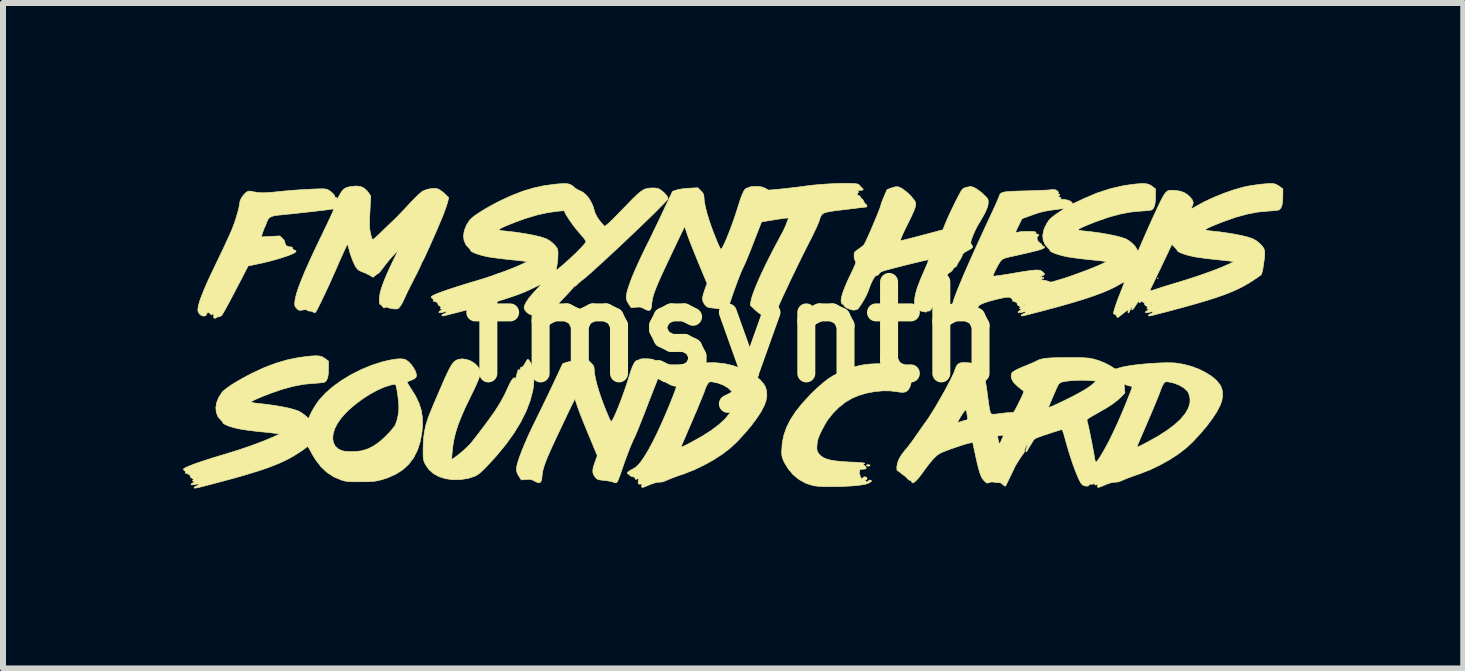
<source format=kicad_pcb>
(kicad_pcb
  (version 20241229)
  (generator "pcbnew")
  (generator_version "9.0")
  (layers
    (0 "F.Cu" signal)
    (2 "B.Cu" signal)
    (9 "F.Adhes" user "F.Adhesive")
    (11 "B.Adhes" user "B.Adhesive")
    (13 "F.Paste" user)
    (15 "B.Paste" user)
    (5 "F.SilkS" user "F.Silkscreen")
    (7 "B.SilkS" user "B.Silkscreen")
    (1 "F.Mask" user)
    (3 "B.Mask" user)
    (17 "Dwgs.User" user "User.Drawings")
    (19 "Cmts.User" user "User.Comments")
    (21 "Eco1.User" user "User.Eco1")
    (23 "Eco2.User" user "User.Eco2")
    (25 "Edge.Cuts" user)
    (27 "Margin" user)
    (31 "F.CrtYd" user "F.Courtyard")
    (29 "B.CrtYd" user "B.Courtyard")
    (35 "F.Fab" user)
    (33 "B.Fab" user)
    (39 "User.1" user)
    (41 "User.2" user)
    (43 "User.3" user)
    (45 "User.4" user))
  (footprint "fmsynth"
    (layer "F.Cu")
    (at 9.187 2.482)
    (property "Reference" "fmsynth" (at 0 0 0) (layer "F.SilkS") (effects (font (size 1.524 1.524) (thickness 0.3))))
    (attr through_hole)
    (fp_poly (pts (xy 7.061 -0.895) (xy 7.055 -0.889) (xy 7.048 -0.895) (xy 7.055 -0.902) (xy 7.061 -0.895)) (stroke (width 0.01) (type solid)) (fill yes) (layer "F.SilkS"))
    (fp_poly (pts (xy 2.253 2.214) (xy 2.261 2.223) (xy 2.25 2.232) (xy 2.229 2.235) (xy 2.205 2.231) (xy 2.197 2.223) (xy 2.208 2.213) (xy 2.229 2.21) (xy 2.253 2.214)) (stroke (width 0.01) (type solid)) (fill yes) (layer "F.SilkS"))
    (fp_poly (pts (xy -4.463 0.457) (xy -4.392 0.483) (xy -4.327 0.524) (xy -4.286 0.564) (xy -4.264 0.593) (xy -4.248 0.62) (xy -4.238 0.648) (xy -4.236 0.679) (xy -4.241 0.717) (xy -4.254 0.763) (xy -4.277 0.821) (xy -4.309 0.894) (xy -4.351 0.983) (xy -4.404 1.092) (xy -4.414 1.112) (xy -4.491 1.272) (xy -4.553 1.415) (xy -4.604 1.545) (xy -4.643 1.666) (xy -4.672 1.783) (xy -4.692 1.897) (xy -4.704 2.015) (xy -4.705 2.018) (xy -4.713 2.124) (xy -4.677 2.102) (xy -4.628 2.067) (xy -4.569 2.02) (xy -4.508 1.968) (xy -4.452 1.916) (xy -4.411 1.875) (xy -4.381 1.84) (xy -4.34 1.788) (xy -4.29 1.724) (xy -4.235 1.652) (xy -4.177 1.576) (xy -4.121 1.5) (xy -4.068 1.428) (xy -4.023 1.365) (xy -3.989 1.316) (xy -3.9 1.175) (xy -3.827 1.04) (xy -3.778 0.933) (xy -3.748 0.868) (xy -3.72 0.817) (xy -3.695 0.781) (xy -3.675 0.763) (xy -3.661 0.765) (xy -3.656 0.784) (xy -3.653 0.79) (xy -3.645 0.772) (xy -3.633 0.73) (xy -3.619 0.676) (xy -3.607 0.639) (xy -3.594 0.623) (xy -3.582 0.631) (xy -3.577 0.645) (xy -3.573 0.649) (xy -3.571 0.632) (xy -3.57 0.625) (xy -3.566 0.596) (xy -3.554 0.586) (xy -3.547 0.587) (xy -3.529 0.58) (xy -3.507 0.553) (xy -3.485 0.517) (xy -3.464 0.478) (xy -3.45 0.459) (xy -3.44 0.455) (xy -3.428 0.464) (xy -3.425 0.467) (xy -3.388 0.524) (xy -3.362 0.601) (xy -3.346 0.693) (xy -3.341 0.795) (xy -3.348 0.904) (xy -3.358 0.969) (xy -3.402 1.139) (xy -3.469 1.316) (xy -3.56 1.498) (xy -3.673 1.684) (xy -3.809 1.873) (xy -3.967 2.065) (xy -4.125 2.237) (xy -4.187 2.299) (xy -4.237 2.345) (xy -4.278 2.377) (xy -4.314 2.397) (xy -4.32 2.4) (xy -4.438 2.439) (xy -4.567 2.459) (xy -4.699 2.46) (xy -4.811 2.444) (xy -4.922 2.41) (xy -5.016 2.358) (xy -5.093 2.289) (xy -5.149 2.206) (xy -5.152 2.2) (xy -5.166 2.17) (xy -5.176 2.144) (xy -5.182 2.116) (xy -5.186 2.081) (xy -5.187 2.033) (xy -5.187 1.967) (xy -5.187 1.943) (xy -5.184 1.842) (xy -5.178 1.758) (xy -5.168 1.681) (xy -5.158 1.629) (xy -5.149 1.586) (xy -5.14 1.548) (xy -5.13 1.511) (xy -5.117 1.472) (xy -5.102 1.428) (xy -5.083 1.377) (xy -5.058 1.316) (xy -5.028 1.242) (xy -4.99 1.152) (xy -4.943 1.044) (xy -4.904 0.953) (xy -4.853 0.835) (xy -4.81 0.738) (xy -4.773 0.66) (xy -4.742 0.599) (xy -4.715 0.552) (xy -4.69 0.517) (xy -4.666 0.492) (xy -4.642 0.474) (xy -4.616 0.462) (xy -4.6 0.456) (xy -4.535 0.447) (xy -4.463 0.457)) (stroke (width 0.01) (type solid)) (fill yes) (layer "F.SilkS"))
    (fp_poly (pts (xy 2.541 0.528) (xy 2.603 0.529) (xy 2.65 0.531) (xy 2.685 0.535) (xy 2.714 0.541) (xy 2.742 0.55) (xy 2.761 0.558) (xy 2.813 0.583) (xy 2.865 0.617) (xy 2.891 0.638) (xy 2.946 0.689) (xy 2.946 0.78) (xy 2.944 0.842) (xy 2.933 0.89) (xy 2.918 0.928) (xy 2.889 0.971) (xy 2.853 0.997) (xy 2.805 1.006) (xy 2.741 1) (xy 2.718 0.996) (xy 2.601 0.981) (xy 2.47 0.98) (xy 2.334 0.993) (xy 2.197 1.019) (xy 2.068 1.057) (xy 1.956 1.105) (xy 1.848 1.169) (xy 1.742 1.253) (xy 1.644 1.351) (xy 1.56 1.455) (xy 1.546 1.476) (xy 1.519 1.52) (xy 1.487 1.578) (xy 1.454 1.639) (xy 1.44 1.667) (xy 1.412 1.73) (xy 1.393 1.78) (xy 1.382 1.826) (xy 1.376 1.876) (xy 1.376 1.881) (xy 1.373 1.932) (xy 1.375 1.965) (xy 1.383 1.991) (xy 1.398 2.017) (xy 1.399 2.019) (xy 1.432 2.057) (xy 1.475 2.089) (xy 1.531 2.114) (xy 1.602 2.134) (xy 1.691 2.148) (xy 1.8 2.159) (xy 1.931 2.167) (xy 1.946 2.167) (xy 2.019 2.17) (xy 2.082 2.174) (xy 2.131 2.179) (xy 2.162 2.183) (xy 2.172 2.186) (xy 2.161 2.196) (xy 2.151 2.197) (xy 2.142 2.201) (xy 2.153 2.215) (xy 2.164 2.223) (xy 2.192 2.251) (xy 2.196 2.271) (xy 2.176 2.283) (xy 2.139 2.286) (xy 2.101 2.288) (xy 2.086 2.296) (xy 2.086 2.302) (xy 2.087 2.326) (xy 2.081 2.346) (xy 2.077 2.37) (xy 2.084 2.375) (xy 2.094 2.384) (xy 2.092 2.391) (xy 2.096 2.411) (xy 2.108 2.429) (xy 2.126 2.444) (xy 2.135 2.44) (xy 2.138 2.433) (xy 2.154 2.416) (xy 2.179 2.412) (xy 2.201 2.421) (xy 2.21 2.438) (xy 2.201 2.46) (xy 2.188 2.464) (xy 2.173 2.465) (xy 2.177 2.474) (xy 2.188 2.485) (xy 2.206 2.5) (xy 2.218 2.495) (xy 2.227 2.483) (xy 2.25 2.467) (xy 2.268 2.469) (xy 2.284 2.477) (xy 2.281 2.487) (xy 2.263 2.502) (xy 2.234 2.518) (xy 2.192 2.533) (xy 2.168 2.539) (xy 2.1 2.55) (xy 2.015 2.56) (xy 1.917 2.567) (xy 1.811 2.572) (xy 1.703 2.575) (xy 1.597 2.576) (xy 1.499 2.575) (xy 1.413 2.571) (xy 1.344 2.564) (xy 1.312 2.559) (xy 1.189 2.52) (xy 1.077 2.458) (xy 0.977 2.376) (xy 0.892 2.274) (xy 0.841 2.189) (xy 0.815 2.137) (xy 0.799 2.097) (xy 0.791 2.062) (xy 0.788 2.021) (xy 0.787 1.99) (xy 0.796 1.853) (xy 0.823 1.721) (xy 0.868 1.59) (xy 0.934 1.459) (xy 1.02 1.327) (xy 1.129 1.191) (xy 1.26 1.049) (xy 1.275 1.033) (xy 1.378 0.934) (xy 1.471 0.852) (xy 1.558 0.784) (xy 1.645 0.728) (xy 1.737 0.68) (xy 1.837 0.638) (xy 1.905 0.613) (xy 1.997 0.582) (xy 2.081 0.56) (xy 2.164 0.544) (xy 2.252 0.534) (xy 2.352 0.529) (xy 2.457 0.528) (xy 2.541 0.528)) (stroke (width 0.01) (type solid)) (fill yes) (layer "F.SilkS"))
    (fp_poly (pts (xy 3.951 -2.422) (xy 3.982 -2.412) (xy 4.007 -2.4) (xy 4.045 -2.377) (xy 4.092 -2.343) (xy 4.139 -2.304) (xy 4.148 -2.295) (xy 4.187 -2.258) (xy 4.211 -2.232) (xy 4.224 -2.21) (xy 4.228 -2.186) (xy 4.229 -2.157) (xy 4.224 -2.114) (xy 4.209 -2.063) (xy 4.182 -2) (xy 4.141 -1.924) (xy 4.087 -1.831) (xy 4.07 -1.804) (xy 4.039 -1.749) (xy 4.008 -1.687) (xy 3.98 -1.624) (xy 3.957 -1.565) (xy 3.942 -1.516) (xy 3.937 -1.485) (xy 3.945 -1.463) (xy 3.957 -1.446) (xy 3.97 -1.427) (xy 3.966 -1.409) (xy 3.944 -1.39) (xy 3.901 -1.365) (xy 3.848 -1.335) (xy 3.815 -1.312) (xy 3.799 -1.292) (xy 3.797 -1.281) (xy 3.791 -1.261) (xy 3.774 -1.228) (xy 3.753 -1.194) (xy 3.728 -1.154) (xy 3.709 -1.12) (xy 3.701 -1.101) (xy 3.689 -1.085) (xy 3.679 -1.083) (xy 3.664 -1.077) (xy 3.647 -1.054) (xy 3.645 -1.049) (xy 3.62 -1.016) (xy 3.586 -0.99) (xy 3.585 -0.989) (xy 3.56 -0.974) (xy 3.551 -0.963) (xy 3.551 -0.961) (xy 3.548 -0.949) (xy 3.53 -0.928) (xy 3.526 -0.923) (xy 3.5 -0.887) (xy 3.493 -0.858) (xy 3.489 -0.833) (xy 3.476 -0.829) (xy 3.473 -0.83) (xy 3.457 -0.828) (xy 3.454 -0.819) (xy 3.453 -0.791) (xy 3.444 -0.773) (xy 3.429 -0.755) (xy 3.4 -0.714) (xy 3.372 -0.652) (xy 3.346 -0.576) (xy 3.333 -0.526) (xy 3.314 -0.456) (xy 3.292 -0.402) (xy 3.269 -0.365) (xy 3.246 -0.349) (xy 3.237 -0.35) (xy 3.215 -0.349) (xy 3.207 -0.343) (xy 3.193 -0.332) (xy 3.19 -0.332) (xy 3.173 -0.335) (xy 3.141 -0.342) (xy 3.121 -0.346) (xy 3.082 -0.357) (xy 3.062 -0.371) (xy 3.061 -0.376) (xy 3.051 -0.392) (xy 3.042 -0.394) (xy 3.018 -0.405) (xy 3.003 -0.437) (xy 2.998 -0.488) (xy 3.003 -0.554) (xy 3.017 -0.632) (xy 3.022 -0.653) (xy 3.037 -0.706) (xy 3.056 -0.763) (xy 3.081 -0.829) (xy 3.112 -0.906) (xy 3.153 -1) (xy 3.187 -1.078) (xy 3.208 -1.128) (xy 3.224 -1.169) (xy 3.233 -1.196) (xy 3.233 -1.203) (xy 3.22 -1.202) (xy 3.185 -1.195) (xy 3.131 -1.183) (xy 3.062 -1.166) (xy 2.979 -1.147) (xy 2.888 -1.124) (xy 2.83 -1.11) (xy 2.721 -1.082) (xy 2.633 -1.059) (xy 2.565 -1.041) (xy 2.513 -1.027) (xy 2.476 -1.015) (xy 2.45 -1.005) (xy 2.433 -0.995) (xy 2.422 -0.986) (xy 2.415 -0.977) (xy 2.414 -0.975) (xy 2.396 -0.952) (xy 2.379 -0.945) (xy 2.378 -0.946) (xy 2.357 -0.94) (xy 2.331 -0.912) (xy 2.302 -0.862) (xy 2.269 -0.791) (xy 2.235 -0.702) (xy 2.228 -0.681) (xy 2.211 -0.64) (xy 2.187 -0.59) (xy 2.158 -0.537) (xy 2.127 -0.485) (xy 2.097 -0.439) (xy 2.071 -0.403) (xy 2.052 -0.38) (xy 2.042 -0.376) (xy 2.024 -0.375) (xy 2.013 -0.368) (xy 1.991 -0.364) (xy 1.955 -0.37) (xy 1.913 -0.383) (xy 1.873 -0.4) (xy 1.843 -0.419) (xy 1.832 -0.434) (xy 1.816 -0.456) (xy 1.802 -0.464) (xy 1.782 -0.483) (xy 1.776 -0.522) (xy 1.784 -0.581) (xy 1.807 -0.659) (xy 1.843 -0.756) (xy 1.893 -0.87) (xy 1.925 -0.937) (xy 1.962 -1.015) (xy 1.99 -1.075) (xy 2.008 -1.118) (xy 2.019 -1.148) (xy 2.022 -1.168) (xy 2.019 -1.181) (xy 2.012 -1.191) (xy 2.011 -1.191) (xy 2 -1.214) (xy 1.994 -1.253) (xy 1.994 -1.27) (xy 1.995 -1.304) (xy 2.001 -1.327) (xy 2.018 -1.346) (xy 2.05 -1.369) (xy 2.061 -1.377) (xy 2.102 -1.406) (xy 2.138 -1.434) (xy 2.156 -1.451) (xy 2.168 -1.47) (xy 2.187 -1.508) (xy 2.212 -1.562) (xy 2.242 -1.627) (xy 2.274 -1.701) (xy 2.307 -1.778) (xy 2.34 -1.856) (xy 2.371 -1.931) (xy 2.398 -1.998) (xy 2.42 -2.055) (xy 2.435 -2.096) (xy 2.441 -2.119) (xy 2.441 -2.121) (xy 2.446 -2.14) (xy 2.459 -2.176) (xy 2.478 -2.224) (xy 2.492 -2.256) (xy 2.543 -2.373) (xy 2.617 -2.401) (xy 2.678 -2.419) (xy 2.722 -2.421) (xy 2.727 -2.42) (xy 2.774 -2.401) (xy 2.829 -2.365) (xy 2.887 -2.318) (xy 2.942 -2.264) (xy 2.959 -2.243) (xy 2.992 -2.203) (xy 3.011 -2.175) (xy 3.019 -2.151) (xy 3.02 -2.125) (xy 3.018 -2.109) (xy 3.009 -2.069) (xy 2.987 -2.011) (xy 2.953 -1.936) (xy 2.923 -1.874) (xy 2.873 -1.773) (xy 2.834 -1.693) (xy 2.805 -1.631) (xy 2.785 -1.585) (xy 2.773 -1.554) (xy 2.77 -1.534) (xy 2.772 -1.525) (xy 2.777 -1.524) (xy 2.794 -1.527) (xy 2.833 -1.536) (xy 2.889 -1.55) (xy 2.959 -1.568) (xy 3.041 -1.589) (xy 3.13 -1.613) (xy 3.136 -1.614) (xy 3.474 -1.704) (xy 3.517 -1.814) (xy 3.54 -1.868) (xy 3.57 -1.936) (xy 3.606 -2.013) (xy 3.645 -2.093) (xy 3.683 -2.172) (xy 3.72 -2.243) (xy 3.751 -2.303) (xy 3.775 -2.345) (xy 3.777 -2.348) (xy 3.8 -2.379) (xy 3.825 -2.398) (xy 3.863 -2.41) (xy 3.878 -2.414) (xy 3.921 -2.422) (xy 3.951 -2.422)) (stroke (width 0.01) (type solid)) (fill yes) (layer "F.SilkS"))
    (fp_poly (pts (xy 1.965 -2.475) (xy 2.022 -2.471) (xy 2.059 -2.464) (xy 2.072 -2.457) (xy 2.094 -2.433) (xy 2.118 -2.407) (xy 2.138 -2.385) (xy 2.146 -2.371) (xy 2.146 -2.37) (xy 2.135 -2.365) (xy 2.105 -2.362) (xy 2.08 -2.36) (xy 2.048 -2.359) (xy 2.036 -2.356) (xy 2.042 -2.353) (xy 2.066 -2.343) (xy 2.068 -2.327) (xy 2.057 -2.318) (xy 2.045 -2.299) (xy 2.051 -2.281) (xy 2.07 -2.273) (xy 2.091 -2.266) (xy 2.095 -2.255) (xy 2.106 -2.234) (xy 2.121 -2.223) (xy 2.143 -2.2) (xy 2.154 -2.177) (xy 2.169 -2.148) (xy 2.186 -2.133) (xy 2.204 -2.115) (xy 2.209 -2.096) (xy 2.2 -2.083) (xy 2.194 -2.082) (xy 2.178 -2.081) (xy 2.139 -2.076) (xy 2.083 -2.07) (xy 2.012 -2.061) (xy 1.929 -2.051) (xy 1.838 -2.04) (xy 1.836 -2.04) (xy 1.729 -2.027) (xy 1.643 -2.016) (xy 1.577 -2.005) (xy 1.527 -1.994) (xy 1.491 -1.981) (xy 1.465 -1.965) (xy 1.447 -1.944) (xy 1.434 -1.918) (xy 1.422 -1.884) (xy 1.411 -1.848) (xy 1.397 -1.813) (xy 1.374 -1.759) (xy 1.343 -1.693) (xy 1.307 -1.617) (xy 1.268 -1.538) (xy 1.252 -1.509) (xy 1.194 -1.394) (xy 1.131 -1.269) (xy 1.066 -1.136) (xy 1 -1) (xy 0.935 -0.866) (xy 0.875 -0.738) (xy 0.819 -0.619) (xy 0.772 -0.515) (xy 0.735 -0.432) (xy 0.703 -0.36) (xy 0.678 -0.307) (xy 0.657 -0.271) (xy 0.638 -0.247) (xy 0.62 -0.232) (xy 0.584 -0.21) (xy 0.56 -0.205) (xy 0.538 -0.217) (xy 0.527 -0.229) (xy 0.501 -0.248) (xy 0.48 -0.254) (xy 0.458 -0.265) (xy 0.446 -0.283) (xy 0.435 -0.302) (xy 0.428 -0.305) (xy 0.416 -0.31) (xy 0.391 -0.329) (xy 0.356 -0.359) (xy 0.342 -0.372) (xy 0.264 -0.446) (xy 0.273 -0.506) (xy 0.287 -0.567) (xy 0.313 -0.648) (xy 0.351 -0.747) (xy 0.399 -0.861) (xy 0.457 -0.989) (xy 0.523 -1.127) (xy 0.597 -1.275) (xy 0.655 -1.388) (xy 0.693 -1.459) (xy 0.728 -1.524) (xy 0.757 -1.579) (xy 0.779 -1.62) (xy 0.792 -1.643) (xy 0.793 -1.645) (xy 0.808 -1.673) (xy 0.827 -1.713) (xy 0.848 -1.76) (xy 0.868 -1.808) (xy 0.884 -1.851) (xy 0.895 -1.884) (xy 0.898 -1.9) (xy 0.898 -1.9) (xy 0.884 -1.9) (xy 0.849 -1.897) (xy 0.797 -1.89) (xy 0.733 -1.881) (xy 0.671 -1.871) (xy 0.452 -1.835) (xy 0.323 -1.505) (xy 0.289 -1.416) (xy 0.255 -1.332) (xy 0.225 -1.257) (xy 0.199 -1.194) (xy 0.179 -1.148) (xy 0.167 -1.121) (xy 0.167 -1.121) (xy 0.137 -1.058) (xy 0.102 -0.977) (xy 0.064 -0.881) (xy 0.025 -0.777) (xy -0.014 -0.669) (xy -0.045 -0.578) (xy -0.068 -0.51) (xy -0.09 -0.45) (xy -0.109 -0.403) (xy -0.124 -0.372) (xy -0.131 -0.363) (xy -0.161 -0.358) (xy -0.18 -0.365) (xy -0.216 -0.378) (xy -0.269 -0.388) (xy -0.343 -0.398) (xy -0.383 -0.402) (xy -0.426 -0.408) (xy -0.455 -0.419) (xy -0.479 -0.44) (xy -0.494 -0.458) (xy -0.518 -0.494) (xy -0.53 -0.531) (xy -0.531 -0.574) (xy -0.519 -0.629) (xy -0.495 -0.701) (xy -0.495 -0.703) (xy -0.456 -0.81) (xy -0.601 -1.157) (xy -0.64 -1.253) (xy -0.678 -1.347) (xy -0.714 -1.437) (xy -0.745 -1.516) (xy -0.77 -1.582) (xy -0.786 -1.628) (xy -0.787 -1.631) (xy -0.829 -1.757) (xy -0.858 -1.701) (xy -0.869 -1.677) (xy -0.89 -1.633) (xy -0.92 -1.572) (xy -0.956 -1.496) (xy -0.997 -1.409) (xy -1.043 -1.313) (xy -1.091 -1.211) (xy -1.103 -1.187) (xy -1.167 -1.05) (xy -1.221 -0.933) (xy -1.265 -0.834) (xy -1.3 -0.751) (xy -1.327 -0.68) (xy -1.348 -0.62) (xy -1.362 -0.567) (xy -1.371 -0.521) (xy -1.377 -0.477) (xy -1.378 -0.462) (xy -1.385 -0.405) (xy -1.4 -0.37) (xy -1.425 -0.358) (xy -1.463 -0.367) (xy -1.505 -0.388) (xy -1.54 -0.406) (xy -1.571 -0.415) (xy -1.609 -0.416) (xy -1.641 -0.413) (xy -1.721 -0.406) (xy -1.762 -0.467) (xy -1.789 -0.513) (xy -1.801 -0.555) (xy -1.803 -0.586) (xy -1.797 -0.636) (xy -1.779 -0.706) (xy -1.75 -0.793) (xy -1.712 -0.897) (xy -1.664 -1.013) (xy -1.607 -1.141) (xy -1.543 -1.278) (xy -1.473 -1.423) (xy -1.46 -1.448) (xy -1.43 -1.508) (xy -1.391 -1.587) (xy -1.347 -1.679) (xy -1.299 -1.778) (xy -1.25 -1.88) (xy -1.203 -1.98) (xy -1.2 -1.988) (xy -1.032 -2.343) (xy -0.965 -2.366) (xy -0.917 -2.378) (xy -0.852 -2.388) (xy -0.778 -2.395) (xy -0.754 -2.396) (xy -0.61 -2.404) (xy -0.559 -2.353) (xy -0.529 -2.319) (xy -0.513 -2.291) (xy -0.508 -2.259) (xy -0.508 -2.249) (xy -0.502 -2.18) (xy -0.486 -2.092) (xy -0.46 -1.987) (xy -0.424 -1.869) (xy -0.413 -1.835) (xy -0.39 -1.769) (xy -0.364 -1.697) (xy -0.336 -1.623) (xy -0.307 -1.552) (xy -0.281 -1.488) (xy -0.257 -1.435) (xy -0.239 -1.397) (xy -0.229 -1.38) (xy -0.218 -1.384) (xy -0.2 -1.41) (xy -0.177 -1.454) (xy -0.149 -1.515) (xy -0.118 -1.589) (xy -0.084 -1.674) (xy -0.049 -1.767) (xy -0.013 -1.866) (xy 0.021 -1.967) (xy 0.054 -2.069) (xy 0.07 -2.121) (xy 0.102 -2.22) (xy 0.131 -2.296) (xy 0.157 -2.35) (xy 0.182 -2.384) (xy 0.206 -2.399) (xy 0.216 -2.4) (xy 0.24 -2.406) (xy 0.248 -2.413) (xy 0.263 -2.419) (xy 0.297 -2.423) (xy 0.344 -2.426) (xy 0.354 -2.426) (xy 0.413 -2.424) (xy 0.455 -2.417) (xy 0.493 -2.404) (xy 0.512 -2.395) (xy 0.57 -2.364) (xy 0.764 -2.382) (xy 0.844 -2.39) (xy 0.94 -2.401) (xy 1.042 -2.413) (xy 1.143 -2.426) (xy 1.206 -2.435) (xy 1.3 -2.446) (xy 1.401 -2.456) (xy 1.506 -2.464) (xy 1.61 -2.47) (xy 1.712 -2.475) (xy 1.807 -2.477) (xy 1.893 -2.477) (xy 1.965 -2.475)) (stroke (width 0.01) (type solid)) (fill yes) (layer "F.SilkS"))
    (fp_poly (pts (xy -6.914 0.4) (xy -6.876 0.41) (xy -6.843 0.427) (xy -6.816 0.446) (xy -6.763 0.486) (xy -6.764 0.615) (xy -6.767 0.7) (xy -6.778 0.762) (xy -6.797 0.806) (xy -6.824 0.833) (xy -6.83 0.836) (xy -6.85 0.841) (xy -6.891 0.846) (xy -6.945 0.851) (xy -7.004 0.855) (xy -7.177 0.871) (xy -7.354 0.905) (xy -7.541 0.956) (xy -7.74 1.025) (xy -7.76 1.033) (xy -7.863 1.073) (xy -7.943 1.107) (xy -8.001 1.133) (xy -8.036 1.152) (xy -8.051 1.164) (xy -8.052 1.166) (xy -8.04 1.173) (xy -8.01 1.18) (xy -7.966 1.186) (xy -7.96 1.187) (xy -7.812 1.203) (xy -7.674 1.222) (xy -7.546 1.243) (xy -7.434 1.266) (xy -7.34 1.291) (xy -7.268 1.315) (xy -7.257 1.32) (xy -7.217 1.343) (xy -7.171 1.375) (xy -7.145 1.397) (xy -7.11 1.427) (xy -7.091 1.436) (xy -7.087 1.431) (xy -7.08 1.404) (xy -7.061 1.362) (xy -7.033 1.309) (xy -7 1.252) (xy -6.963 1.195) (xy -6.927 1.145) (xy -6.915 1.129) (xy -6.811 1.016) (xy -6.685 0.907) (xy -6.542 0.804) (xy -6.385 0.71) (xy -6.219 0.626) (xy -6.048 0.555) (xy -5.874 0.499) (xy -5.753 0.47) (xy -5.656 0.453) (xy -5.579 0.446) (xy -5.521 0.449) (xy -5.478 0.461) (xy -5.476 0.462) (xy -5.431 0.495) (xy -5.386 0.541) (xy -5.347 0.595) (xy -5.317 0.65) (xy -5.3 0.7) (xy -5.298 0.726) (xy -5.302 0.747) (xy -5.313 0.763) (xy -5.334 0.779) (xy -5.369 0.796) (xy -5.422 0.817) (xy -5.453 0.829) (xy -5.451 0.84) (xy -5.437 0.868) (xy -5.413 0.907) (xy -5.393 0.938) (xy -5.314 1.064) (xy -5.257 1.183) (xy -5.219 1.3) (xy -5.2 1.421) (xy -5.197 1.551) (xy -5.206 1.663) (xy -5.235 1.825) (xy -5.281 1.969) (xy -5.346 2.096) (xy -5.429 2.206) (xy -5.531 2.298) (xy -5.652 2.374) (xy -5.792 2.434) (xy -5.879 2.461) (xy -5.927 2.473) (xy -5.969 2.482) (xy -6.012 2.488) (xy -6.062 2.492) (xy -6.124 2.494) (xy -6.204 2.494) (xy -6.229 2.495) (xy -6.314 2.495) (xy -6.379 2.494) (xy -6.429 2.491) (xy -6.468 2.487) (xy -6.503 2.48) (xy -6.537 2.47) (xy -6.547 2.467) (xy -6.674 2.414) (xy -6.789 2.339) (xy -6.892 2.241) (xy -6.983 2.122) (xy -7.035 2.034) (xy -7.068 1.973) (xy -7.091 1.933) (xy -7.108 1.912) (xy -7.119 1.906) (xy -7.126 1.915) (xy -7.127 1.916) (xy -7.139 1.927) (xy -7.167 1.948) (xy -7.209 1.978) (xy -7.259 2.011) (xy -7.261 2.012) (xy -7.335 2.059) (xy -7.412 2.103) (xy -7.492 2.144) (xy -7.579 2.184) (xy -7.674 2.223) (xy -7.779 2.263) (xy -7.897 2.303) (xy -8.03 2.345) (xy -8.18 2.39) (xy -8.349 2.438) (xy -8.539 2.489) (xy -8.68 2.527) (xy -8.778 2.552) (xy -8.854 2.572) (xy -8.91 2.586) (xy -8.951 2.595) (xy -8.978 2.6) (xy -8.994 2.601) (xy -9.002 2.599) (xy -9.004 2.594) (xy -9.004 2.592) (xy -8.994 2.58) (xy -8.968 2.568) (xy -8.966 2.567) (xy -8.942 2.554) (xy -8.929 2.54) (xy -8.931 2.531) (xy -8.95 2.532) (xy -8.95 2.532) (xy -8.978 2.539) (xy -9.014 2.546) (xy -9.045 2.548) (xy -9.055 2.539) (xy -9.043 2.524) (xy -9.02 2.512) (xy -8.999 2.502) (xy -9 2.495) (xy -9.007 2.493) (xy -9.027 2.481) (xy -9.025 2.467) (xy -9.014 2.46) (xy -9.012 2.452) (xy -9.031 2.441) (xy -9.033 2.44) (xy -9.061 2.42) (xy -9.062 2.417) (xy -8.962 2.417) (xy -8.96 2.425) (xy -8.954 2.426) (xy -8.943 2.421) (xy -8.945 2.417) (xy -8.96 2.416) (xy -8.962 2.417) (xy -9.062 2.417) (xy -9.068 2.401) (xy -9.076 2.38) (xy -9.087 2.375) (xy -9.104 2.368) (xy -9.106 2.363) (xy -9.115 2.356) (xy -9.127 2.358) (xy -9.142 2.36) (xy -9.141 2.348) (xy -9.145 2.326) (xy -9.158 2.314) (xy -9.177 2.297) (xy -9.182 2.287) (xy -9.17 2.273) (xy -9.135 2.254) (xy -9.078 2.23) (xy -9.001 2.2) (xy -8.905 2.166) (xy -8.792 2.129) (xy -8.663 2.088) (xy -8.52 2.045) (xy -8.435 2.019) (xy -8.327 1.986) (xy -8.21 1.948) (xy -8.089 1.907) (xy -7.971 1.864) (xy -7.86 1.822) (xy -7.762 1.782) (xy -7.734 1.77) (xy -6.694 1.77) (xy -6.683 1.84) (xy -6.653 1.899) (xy -6.604 1.946) (xy -6.545 1.975) (xy -6.498 1.986) (xy -6.435 1.991) (xy -6.362 1.993) (xy -6.289 1.989) (xy -6.223 1.981) (xy -6.192 1.974) (xy -6.1 1.944) (xy -6.014 1.9) (xy -5.928 1.841) (xy -5.837 1.762) (xy -5.809 1.734) (xy -5.759 1.683) (xy -5.715 1.635) (xy -5.68 1.592) (xy -5.657 1.561) (xy -5.654 1.556) (xy -5.626 1.483) (xy -5.605 1.396) (xy -5.593 1.305) (xy -5.592 1.221) (xy -5.592 1.215) (xy -5.599 1.14) (xy -5.608 1.065) (xy -5.618 0.997) (xy -5.627 0.941) (xy -5.636 0.903) (xy -5.638 0.896) (xy -5.646 0.88) (xy -5.656 0.872) (xy -5.676 0.872) (xy -5.711 0.88) (xy -5.727 0.883) (xy -5.832 0.916) (xy -5.947 0.967) (xy -6.068 1.032) (xy -6.19 1.11) (xy -6.308 1.197) (xy -6.418 1.291) (xy -6.468 1.339) (xy -6.55 1.43) (xy -6.613 1.52) (xy -6.659 1.608) (xy -6.685 1.692) (xy -6.694 1.77) (xy -7.734 1.77) (xy -7.682 1.748) (xy -7.675 1.744) (xy -7.576 1.698) (xy -7.652 1.688) (xy -7.691 1.683) (xy -7.75 1.676) (xy -7.82 1.669) (xy -7.896 1.661) (xy -7.931 1.658) (xy -8.013 1.648) (xy -8.099 1.638) (xy -8.179 1.626) (xy -8.245 1.615) (xy -8.261 1.612) (xy -8.331 1.596) (xy -8.396 1.577) (xy -8.451 1.557) (xy -8.493 1.537) (xy -8.518 1.52) (xy -8.522 1.512) (xy -8.53 1.495) (xy -8.552 1.472) (xy -8.554 1.47) (xy -8.605 1.411) (xy -8.633 1.34) (xy -8.641 1.262) (xy -8.628 1.178) (xy -8.593 1.091) (xy -8.538 1.005) (xy -8.505 0.972) (xy -8.452 0.93) (xy -8.382 0.882) (xy -8.297 0.829) (xy -8.201 0.774) (xy -8.097 0.718) (xy -8.02 0.679) (xy -7.822 0.588) (xy -7.632 0.517) (xy -7.447 0.463) (xy -7.259 0.425) (xy -7.107 0.405) (xy -7.024 0.398) (xy -6.962 0.396) (xy -6.914 0.4)) (stroke (width 0.01) (type solid)) (fill yes) (layer "F.SilkS"))
    (fp_poly (pts (xy -2.772 -2.469) (xy -2.735 -2.458) (xy -2.702 -2.438) (xy -2.668 -2.41) (xy -2.661 -2.403) (xy -2.622 -2.376) (xy -2.577 -2.355) (xy -2.57 -2.352) (xy -2.52 -2.326) (xy -2.469 -2.281) (xy -2.421 -2.222) (xy -2.381 -2.153) (xy -2.351 -2.082) (xy -2.341 -2.042) (xy -2.319 -1.975) (xy -2.28 -1.902) (xy -2.228 -1.832) (xy -2.219 -1.822) (xy -2.162 -1.76) (xy -2.118 -1.794) (xy -2.098 -1.811) (xy -2.063 -1.845) (xy -2.015 -1.891) (xy -1.959 -1.948) (xy -1.896 -2.012) (xy -1.829 -2.081) (xy -1.822 -2.088) (xy -1.74 -2.173) (xy -1.673 -2.241) (xy -1.617 -2.294) (xy -1.57 -2.333) (xy -1.529 -2.362) (xy -1.492 -2.381) (xy -1.455 -2.392) (xy -1.416 -2.398) (xy -1.373 -2.4) (xy -1.354 -2.4) (xy -1.305 -2.398) (xy -1.269 -2.39) (xy -1.238 -2.374) (xy -1.224 -2.364) (xy -1.178 -2.327) (xy -1.14 -2.287) (xy -1.114 -2.251) (xy -1.105 -2.224) (xy -1.114 -2.209) (xy -1.14 -2.179) (xy -1.182 -2.135) (xy -1.237 -2.079) (xy -1.303 -2.012) (xy -1.38 -1.936) (xy -1.466 -1.853) (xy -1.558 -1.765) (xy -1.655 -1.672) (xy -1.755 -1.577) (xy -1.856 -1.481) (xy -1.958 -1.386) (xy -2.057 -1.293) (xy -2.153 -1.205) (xy -2.243 -1.122) (xy -2.326 -1.047) (xy -2.4 -0.98) (xy -2.464 -0.925) (xy -2.515 -0.882) (xy -2.553 -0.852) (xy -2.555 -0.851) (xy -2.589 -0.823) (xy -2.617 -0.797) (xy -2.625 -0.787) (xy -2.646 -0.768) (xy -2.661 -0.762) (xy -2.678 -0.755) (xy -2.68 -0.749) (xy -2.688 -0.737) (xy -2.712 -0.709) (xy -2.748 -0.669) (xy -2.795 -0.619) (xy -2.849 -0.562) (xy -2.874 -0.536) (xy -2.955 -0.45) (xy -3.018 -0.38) (xy -3.062 -0.326) (xy -3.088 -0.287) (xy -3.092 -0.279) (xy -3.109 -0.244) (xy -3.125 -0.219) (xy -3.13 -0.213) (xy -3.161 -0.204) (xy -3.203 -0.208) (xy -3.244 -0.223) (xy -3.274 -0.235) (xy -3.295 -0.237) (xy -3.296 -0.237) (xy -3.313 -0.242) (xy -3.325 -0.255) (xy -3.347 -0.273) (xy -3.381 -0.286) (xy -3.386 -0.287) (xy -3.429 -0.304) (xy -3.467 -0.335) (xy -3.495 -0.372) (xy -3.505 -0.406) (xy -3.495 -0.448) (xy -3.466 -0.504) (xy -3.42 -0.57) (xy -3.357 -0.645) (xy -3.318 -0.687) (xy -3.278 -0.73) (xy -3.246 -0.765) (xy -3.225 -0.789) (xy -3.219 -0.798) (xy -3.219 -0.798) (xy -3.235 -0.791) (xy -3.269 -0.774) (xy -3.316 -0.751) (xy -3.373 -0.724) (xy -3.391 -0.715) (xy -3.478 -0.675) (xy -3.576 -0.635) (xy -3.687 -0.595) (xy -3.814 -0.553) (xy -3.961 -0.507) (xy -4.083 -0.472) (xy -4.152 -0.452) (xy -4.231 -0.43) (xy -4.318 -0.406) (xy -4.409 -0.382) (xy -4.5 -0.357) (xy -4.588 -0.334) (xy -4.67 -0.313) (xy -4.741 -0.295) (xy -4.799 -0.28) (xy -4.84 -0.271) (xy -4.86 -0.267) (xy -4.86 -0.267) (xy -4.876 -0.272) (xy -4.872 -0.284) (xy -4.852 -0.298) (xy -4.839 -0.303) (xy -4.814 -0.316) (xy -4.801 -0.33) (xy -4.803 -0.339) (xy -4.822 -0.339) (xy -4.823 -0.338) (xy -4.851 -0.331) (xy -4.886 -0.324) (xy -4.918 -0.322) (xy -4.928 -0.331) (xy -4.915 -0.346) (xy -4.893 -0.358) (xy -4.871 -0.369) (xy -4.872 -0.375) (xy -4.88 -0.378) (xy -4.9 -0.389) (xy -4.898 -0.403) (xy -4.886 -0.41) (xy -4.885 -0.418) (xy -4.904 -0.429) (xy -4.905 -0.43) (xy -4.933 -0.45) (xy -4.935 -0.453) (xy -4.834 -0.453) (xy -4.833 -0.445) (xy -4.826 -0.445) (xy -4.816 -0.449) (xy -4.818 -0.453) (xy -4.833 -0.454) (xy -4.834 -0.453) (xy -4.935 -0.453) (xy -4.94 -0.47) (xy -4.948 -0.491) (xy -4.959 -0.495) (xy -4.976 -0.502) (xy -4.978 -0.508) (xy -4.988 -0.514) (xy -5 -0.512) (xy -5.015 -0.51) (xy -5.014 -0.523) (xy -5.017 -0.544) (xy -5.03 -0.557) (xy -5.05 -0.573) (xy -5.055 -0.583) (xy -5.043 -0.597) (xy -5.007 -0.616) (xy -4.951 -0.641) (xy -4.874 -0.67) (xy -4.778 -0.704) (xy -4.665 -0.741) (xy -4.536 -0.782) (xy -4.393 -0.826) (xy -4.307 -0.851) (xy -4.199 -0.884) (xy -4.082 -0.922) (xy -3.962 -0.964) (xy -3.843 -1.006) (xy -3.732 -1.049) (xy -3.634 -1.088) (xy -3.555 -1.123) (xy -3.548 -1.126) (xy -3.448 -1.173) (xy -3.524 -1.183) (xy -3.564 -1.187) (xy -3.622 -1.194) (xy -3.693 -1.201) (xy -3.769 -1.209) (xy -3.804 -1.213) (xy -3.886 -1.222) (xy -3.971 -1.233) (xy -4.051 -1.244) (xy -4.117 -1.255) (xy -4.134 -1.259) (xy -4.203 -1.275) (xy -4.268 -1.294) (xy -4.324 -1.314) (xy -4.366 -1.333) (xy -4.39 -1.35) (xy -4.394 -1.358) (xy -4.403 -1.375) (xy -4.424 -1.398) (xy -4.427 -1.4) (xy -4.477 -1.459) (xy -4.506 -1.53) (xy -4.514 -1.608) (xy -4.5 -1.692) (xy -4.495 -1.704) (xy -3.924 -1.704) (xy -3.913 -1.697) (xy -3.882 -1.69) (xy -3.839 -1.684) (xy -3.832 -1.684) (xy -3.685 -1.668) (xy -3.546 -1.648) (xy -3.419 -1.627) (xy -3.307 -1.604) (xy -3.213 -1.58) (xy -3.14 -1.555) (xy -3.13 -1.55) (xy -3.078 -1.521) (xy -3.026 -1.48) (xy -2.982 -1.435) (xy -2.952 -1.391) (xy -2.946 -1.376) (xy -2.941 -1.343) (xy -2.94 -1.292) (xy -2.943 -1.23) (xy -2.949 -1.164) (xy -2.958 -1.102) (xy -2.968 -1.056) (xy -2.971 -1.041) (xy -2.969 -1.034) (xy -2.96 -1.036) (xy -2.943 -1.047) (xy -2.913 -1.071) (xy -2.87 -1.108) (xy -2.81 -1.16) (xy -2.8 -1.169) (xy -2.735 -1.228) (xy -2.67 -1.289) (xy -2.609 -1.348) (xy -2.556 -1.403) (xy -2.514 -1.449) (xy -2.486 -1.483) (xy -2.478 -1.495) (xy -2.476 -1.508) (xy -2.483 -1.527) (xy -2.501 -1.554) (xy -2.533 -1.593) (xy -2.567 -1.632) (xy -2.622 -1.697) (xy -2.678 -1.767) (xy -2.729 -1.838) (xy -2.774 -1.904) (xy -2.808 -1.96) (xy -2.821 -1.986) (xy -2.837 -2.022) (xy -2.94 -2.013) (xy -3.108 -1.99) (xy -3.29 -1.95) (xy -3.482 -1.892) (xy -3.633 -1.838) (xy -3.736 -1.797) (xy -3.816 -1.764) (xy -3.873 -1.738) (xy -3.909 -1.719) (xy -3.924 -1.706) (xy -3.924 -1.704) (xy -4.495 -1.704) (xy -4.465 -1.779) (xy -4.411 -1.865) (xy -4.378 -1.898) (xy -4.325 -1.94) (xy -4.254 -1.988) (xy -4.169 -2.041) (xy -4.074 -2.096) (xy -3.97 -2.152) (xy -3.893 -2.191) (xy -3.701 -2.279) (xy -3.521 -2.348) (xy -3.345 -2.401) (xy -3.168 -2.439) (xy -2.986 -2.463) (xy -2.959 -2.466) (xy -2.879 -2.472) (xy -2.818 -2.473) (xy -2.772 -2.469)) (stroke (width 0.01) (type solid)) (fill yes) (layer "F.SilkS"))
    (fp_poly (pts (xy -1.434 0.447) (xy -1.387 0.451) (xy -1.351 0.459) (xy -1.343 0.462) (xy -1.301 0.486) (xy -1.258 0.521) (xy -1.223 0.558) (xy -1.212 0.575) (xy -1.203 0.586) (xy -1.19 0.59) (xy -1.166 0.589) (xy -1.125 0.581) (xy -1.111 0.578) (xy -1.048 0.567) (xy -0.966 0.556) (xy -0.869 0.544) (xy -0.764 0.534) (xy -0.657 0.524) (xy -0.552 0.516) (xy -0.487 0.513) (xy -0.322 0.511) (xy -0.171 0.526) (xy -0.028 0.558) (xy 0.114 0.608) (xy 0.235 0.664) (xy 0.342 0.727) (xy 0.426 0.794) (xy 0.488 0.867) (xy 0.51 0.903) (xy 0.535 0.976) (xy 0.54 1.06) (xy 0.525 1.149) (xy 0.499 1.221) (xy 0.444 1.327) (xy 0.371 1.438) (xy 0.281 1.559) (xy 0.171 1.689) (xy 0.044 1.827) (xy -0.066 1.93) (xy -0.197 2.031) (xy -0.344 2.127) (xy -0.504 2.216) (xy -0.671 2.296) (xy -0.841 2.363) (xy -0.876 2.375) (xy -0.948 2.399) (xy -1.015 2.424) (xy -1.073 2.446) (xy -1.115 2.464) (xy -1.129 2.471) (xy -1.196 2.497) (xy -1.25 2.502) (xy -1.302 2.507) (xy -1.363 2.525) (xy -1.416 2.546) (xy -1.475 2.571) (xy -1.514 2.585) (xy -1.536 2.589) (xy -1.546 2.582) (xy -1.546 2.566) (xy -1.544 2.559) (xy -1.541 2.536) (xy -1.552 2.531) (xy -1.566 2.534) (xy -1.591 2.535) (xy -1.603 2.518) (xy -1.604 2.513) (xy -1.604 2.479) (xy -1.598 2.46) (xy -1.591 2.442) (xy -1.6 2.441) (xy -1.608 2.444) (xy -1.639 2.454) (xy -1.653 2.451) (xy -1.656 2.435) (xy -1.662 2.418) (xy -1.688 2.413) (xy -1.721 2.404) (xy -1.742 2.389) (xy -1.765 2.368) (xy -1.78 2.358) (xy -1.786 2.347) (xy -1.769 2.328) (xy -1.728 2.301) (xy -1.687 2.279) (xy -1.645 2.253) (xy -1.604 2.215) (xy -1.561 2.164) (xy -1.513 2.095) (xy -1.476 2.037) (xy -1.419 1.941) (xy -1.404 1.912) (xy -0.888 1.912) (xy -0.883 1.915) (xy -0.869 1.912) (xy -0.842 1.9) (xy -0.799 1.879) (xy -0.738 1.847) (xy -0.713 1.834) (xy -0.536 1.735) (xy -0.384 1.638) (xy -0.258 1.543) (xy -0.157 1.449) (xy -0.081 1.358) (xy -0.031 1.267) (xy -0.005 1.179) (xy -0.004 1.175) (xy -0.004 1.115) (xy -0.015 1.054) (xy -0.036 1.002) (xy -0.049 0.984) (xy -0.106 0.931) (xy -0.183 0.886) (xy -0.272 0.851) (xy -0.36 0.832) (xy -0.396 0.828) (xy -0.419 0.834) (xy -0.438 0.852) (xy -0.443 0.858) (xy -0.461 0.889) (xy -0.481 0.933) (xy -0.494 0.97) (xy -0.504 1) (xy -0.524 1.05) (xy -0.551 1.116) (xy -0.584 1.196) (xy -0.621 1.287) (xy -0.663 1.384) (xy -0.698 1.467) (xy -0.74 1.564) (xy -0.779 1.654) (xy -0.813 1.734) (xy -0.842 1.802) (xy -0.865 1.854) (xy -0.88 1.888) (xy -0.885 1.902) (xy -0.888 1.912) (xy -1.404 1.912) (xy -1.357 1.824) (xy -1.291 1.69) (xy -1.223 1.542) (xy -1.153 1.385) (xy -1.085 1.222) (xy -1.048 1.131) (xy -1.017 1.052) (xy -0.995 0.994) (xy -0.98 0.953) (xy -0.972 0.926) (xy -0.97 0.911) (xy -0.974 0.904) (xy -0.982 0.902) (xy -0.99 0.902) (xy -1.03 0.894) (xy -1.078 0.875) (xy -1.123 0.849) (xy -1.141 0.834) (xy -1.167 0.807) (xy -1.196 0.769) (xy -1.207 0.752) (xy -1.228 0.723) (xy -1.243 0.708) (xy -1.248 0.707) (xy -1.254 0.721) (xy -1.268 0.756) (xy -1.289 0.809) (xy -1.316 0.879) (xy -1.349 0.962) (xy -1.385 1.055) (xy -1.425 1.157) (xy -1.44 1.196) (xy -1.481 1.304) (xy -1.521 1.406) (xy -1.558 1.499) (xy -1.591 1.582) (xy -1.619 1.651) (xy -1.641 1.703) (xy -1.655 1.735) (xy -1.657 1.74) (xy -1.693 1.816) (xy -1.734 1.911) (xy -1.776 2.019) (xy -1.82 2.136) (xy -1.861 2.255) (xy -1.874 2.292) (xy -1.897 2.36) (xy -1.919 2.42) (xy -1.938 2.468) (xy -1.953 2.498) (xy -1.96 2.507) (xy -1.99 2.512) (xy -2.009 2.505) (xy -2.045 2.493) (xy -2.098 2.482) (xy -2.172 2.472) (xy -2.212 2.468) (xy -2.255 2.462) (xy -2.284 2.452) (xy -2.308 2.431) (xy -2.323 2.413) (xy -2.347 2.376) (xy -2.359 2.339) (xy -2.359 2.296) (xy -2.348 2.241) (xy -2.324 2.169) (xy -2.323 2.168) (xy -2.285 2.06) (xy -2.429 1.713) (xy -2.469 1.617) (xy -2.507 1.523) (xy -2.543 1.433) (xy -2.574 1.354) (xy -2.598 1.289) (xy -2.615 1.242) (xy -2.616 1.239) (xy -2.658 1.113) (xy -2.686 1.169) (xy -2.698 1.193) (xy -2.719 1.237) (xy -2.749 1.298) (xy -2.785 1.374) (xy -2.826 1.461) (xy -2.872 1.557) (xy -2.92 1.659) (xy -2.932 1.683) (xy -2.996 1.82) (xy -3.05 1.937) (xy -3.094 2.036) (xy -3.129 2.119) (xy -3.156 2.19) (xy -3.176 2.25) (xy -3.191 2.303) (xy -3.2 2.35) (xy -3.205 2.393) (xy -3.206 2.408) (xy -3.213 2.465) (xy -3.229 2.5) (xy -3.254 2.512) (xy -3.292 2.503) (xy -3.334 2.482) (xy -3.369 2.464) (xy -3.4 2.455) (xy -3.438 2.455) (xy -3.469 2.457) (xy -3.55 2.464) (xy -3.591 2.403) (xy -3.618 2.357) (xy -3.63 2.315) (xy -3.632 2.284) (xy -3.626 2.234) (xy -3.608 2.164) (xy -3.579 2.077) (xy -3.54 1.974) (xy -3.492 1.857) (xy -3.436 1.729) (xy -3.372 1.592) (xy -3.301 1.448) (xy -3.289 1.422) (xy -3.259 1.362) (xy -3.22 1.283) (xy -3.176 1.192) (xy -3.128 1.092) (xy -3.079 0.99) (xy -3.032 0.89) (xy -3.028 0.883) (xy -2.861 0.527) (xy -2.794 0.504) (xy -2.746 0.492) (xy -2.681 0.482) (xy -2.606 0.475) (xy -2.583 0.474) (xy -2.439 0.466) (xy -2.388 0.517) (xy -2.357 0.551) (xy -2.342 0.579) (xy -2.337 0.611) (xy -2.337 0.621) (xy -2.331 0.69) (xy -2.315 0.778) (xy -2.289 0.883) (xy -2.253 1.002) (xy -2.242 1.035) (xy -2.219 1.101) (xy -2.193 1.173) (xy -2.165 1.247) (xy -2.136 1.318) (xy -2.109 1.382) (xy -2.086 1.436) (xy -2.068 1.473) (xy -2.058 1.49) (xy -2.047 1.486) (xy -2.029 1.46) (xy -2.006 1.416) (xy -1.978 1.355) (xy -1.947 1.281) (xy -1.913 1.196) (xy -1.878 1.103) (xy -1.842 1.004) (xy -1.807 0.903) (xy -1.774 0.801) (xy -1.758 0.749) (xy -1.727 0.65) (xy -1.698 0.574) (xy -1.672 0.52) (xy -1.647 0.487) (xy -1.623 0.471) (xy -1.613 0.47) (xy -1.589 0.464) (xy -1.581 0.457) (xy -1.564 0.45) (xy -1.529 0.446) (xy -1.483 0.445) (xy -1.434 0.447)) (stroke (width 0.01) (type solid)) (fill yes) (layer "F.SilkS"))
    (fp_poly (pts (xy -6.228 -2.424) (xy -6.169 -2.396) (xy -6.118 -2.348) (xy -6.093 -2.316) (xy -6.06 -2.267) (xy -6.073 -2.011) (xy -6.078 -1.919) (xy -6.08 -1.847) (xy -6.08 -1.791) (xy -6.079 -1.746) (xy -6.075 -1.707) (xy -6.069 -1.669) (xy -6.066 -1.657) (xy -6.055 -1.608) (xy -6.044 -1.569) (xy -6.034 -1.546) (xy -6.033 -1.544) (xy -6.02 -1.546) (xy -5.994 -1.563) (xy -5.955 -1.598) (xy -5.899 -1.65) (xy -5.877 -1.672) (xy -5.823 -1.725) (xy -5.771 -1.775) (xy -5.726 -1.818) (xy -5.693 -1.849) (xy -5.683 -1.858) (xy -5.659 -1.881) (xy -5.621 -1.919) (xy -5.573 -1.969) (xy -5.518 -2.027) (xy -5.459 -2.089) (xy -5.441 -2.109) (xy -5.382 -2.171) (xy -5.326 -2.229) (xy -5.275 -2.279) (xy -5.233 -2.317) (xy -5.204 -2.341) (xy -5.198 -2.345) (xy -5.153 -2.365) (xy -5.096 -2.382) (xy -5.061 -2.388) (xy -5.001 -2.394) (xy -4.952 -2.388) (xy -4.908 -2.368) (xy -4.859 -2.332) (xy -4.827 -2.303) (xy -4.761 -2.241) (xy -4.775 -2.178) (xy -4.786 -2.14) (xy -4.803 -2.086) (xy -4.825 -2.025) (xy -4.841 -1.982) (xy -4.864 -1.923) (xy -4.894 -1.852) (xy -4.928 -1.771) (xy -4.965 -1.684) (xy -5.004 -1.594) (xy -5.044 -1.505) (xy -5.082 -1.42) (xy -5.117 -1.343) (xy -5.147 -1.276) (xy -5.172 -1.224) (xy -5.189 -1.19) (xy -5.196 -1.179) (xy -5.212 -1.151) (xy -5.22 -1.13) (xy -5.22 -1.129) (xy -5.225 -1.114) (xy -5.241 -1.079) (xy -5.265 -1.03) (xy -5.295 -0.969) (xy -5.331 -0.901) (xy -5.335 -0.892) (xy -5.374 -0.815) (xy -5.413 -0.739) (xy -5.448 -0.668) (xy -5.476 -0.609) (xy -5.493 -0.57) (xy -5.518 -0.517) (xy -5.544 -0.467) (xy -5.568 -0.43) (xy -5.572 -0.425) (xy -5.595 -0.398) (xy -5.616 -0.386) (xy -5.646 -0.384) (xy -5.671 -0.385) (xy -5.716 -0.391) (xy -5.756 -0.401) (xy -5.769 -0.406) (xy -5.798 -0.416) (xy -5.818 -0.41) (xy -5.822 -0.407) (xy -5.838 -0.4) (xy -5.853 -0.412) (xy -5.862 -0.425) (xy -5.882 -0.448) (xy -5.901 -0.457) (xy -5.912 -0.469) (xy -5.917 -0.5) (xy -5.917 -0.546) (xy -5.912 -0.602) (xy -5.901 -0.663) (xy -5.899 -0.671) (xy -5.879 -0.739) (xy -5.848 -0.826) (xy -5.807 -0.927) (xy -5.758 -1.039) (xy -5.702 -1.158) (xy -5.684 -1.195) (xy -5.6 -1.365) (xy -5.684 -1.277) (xy -5.732 -1.224) (xy -5.784 -1.161) (xy -5.832 -1.1) (xy -5.845 -1.083) (xy -5.878 -1.039) (xy -5.906 -1.004) (xy -5.925 -0.983) (xy -5.931 -0.978) (xy -5.947 -0.97) (xy -5.973 -0.952) (xy -5.981 -0.945) (xy -6.02 -0.912) (xy -6.086 -0.95) (xy -6.134 -0.975) (xy -6.184 -0.996) (xy -6.209 -1.005) (xy -6.261 -1.029) (xy -6.3 -1.07) (xy -6.324 -1.111) (xy -6.351 -1.17) (xy -6.379 -1.24) (xy -6.404 -1.314) (xy -6.424 -1.385) (xy -6.426 -1.394) (xy -6.436 -1.431) (xy -6.445 -1.455) (xy -6.45 -1.46) (xy -6.457 -1.449) (xy -6.472 -1.417) (xy -6.495 -1.368) (xy -6.524 -1.304) (xy -6.558 -1.229) (xy -6.595 -1.145) (xy -6.603 -1.127) (xy -6.652 -1.014) (xy -6.702 -0.902) (xy -6.751 -0.793) (xy -6.799 -0.69) (xy -6.844 -0.595) (xy -6.884 -0.51) (xy -6.92 -0.438) (xy -6.948 -0.382) (xy -6.97 -0.344) (xy -6.982 -0.326) (xy -6.983 -0.325) (xy -7.003 -0.325) (xy -7.027 -0.336) (xy -7.056 -0.349) (xy -7.077 -0.349) (xy -7.101 -0.351) (xy -7.115 -0.36) (xy -7.132 -0.371) (xy -7.16 -0.372) (xy -7.195 -0.367) (xy -7.233 -0.361) (xy -7.257 -0.364) (xy -7.278 -0.378) (xy -7.294 -0.394) (xy -7.315 -0.418) (xy -7.325 -0.44) (xy -7.327 -0.469) (xy -7.325 -0.506) (xy -7.314 -0.572) (xy -7.292 -0.655) (xy -7.258 -0.756) (xy -7.212 -0.875) (xy -7.155 -1.014) (xy -7.084 -1.172) (xy -7.002 -1.351) (xy -6.906 -1.551) (xy -6.876 -1.613) (xy -6.832 -1.705) (xy -6.791 -1.79) (xy -6.755 -1.867) (xy -6.725 -1.931) (xy -6.702 -1.981) (xy -6.689 -2.012) (xy -6.686 -2.021) (xy -6.682 -2.042) (xy -6.688 -2.05) (xy -6.71 -2.048) (xy -6.733 -2.044) (xy -6.762 -2.04) (xy -6.812 -2.033) (xy -6.879 -2.025) (xy -6.959 -2.016) (xy -7.049 -2.005) (xy -7.144 -1.995) (xy -7.24 -1.984) (xy -7.334 -1.974) (xy -7.42 -1.965) (xy -7.497 -1.957) (xy -7.558 -1.951) (xy -7.591 -1.948) (xy -7.663 -1.939) (xy -7.715 -1.924) (xy -7.752 -1.901) (xy -7.777 -1.866) (xy -7.791 -1.833) (xy -7.806 -1.792) (xy -7.82 -1.758) (xy -7.826 -1.747) (xy -7.837 -1.722) (xy -7.852 -1.683) (xy -7.862 -1.654) (xy -7.886 -1.585) (xy -7.576 -1.601) (xy -7.534 -1.563) (xy -7.509 -1.535) (xy -7.494 -1.512) (xy -7.493 -1.506) (xy -7.484 -1.464) (xy -7.461 -1.434) (xy -7.429 -1.422) (xy -7.429 -1.422) (xy -7.386 -1.418) (xy -7.363 -1.406) (xy -7.361 -1.391) (xy -7.356 -1.376) (xy -7.335 -1.367) (xy -7.311 -1.356) (xy -7.303 -1.345) (xy -7.314 -1.33) (xy -7.348 -1.31) (xy -7.402 -1.286) (xy -7.471 -1.261) (xy -7.554 -1.234) (xy -7.647 -1.206) (xy -7.748 -1.179) (xy -7.855 -1.153) (xy -7.934 -1.136) (xy -8.103 -1.1) (xy -8.237 -0.841) (xy -8.312 -0.697) (xy -8.377 -0.573) (xy -8.432 -0.47) (xy -8.477 -0.388) (xy -8.511 -0.327) (xy -8.535 -0.289) (xy -8.544 -0.276) (xy -8.572 -0.258) (xy -8.593 -0.254) (xy -8.619 -0.249) (xy -8.63 -0.241) (xy -8.646 -0.231) (xy -8.665 -0.23) (xy -8.676 -0.238) (xy -8.676 -0.257) (xy -8.675 -0.276) (xy -8.679 -0.299) (xy -8.692 -0.304) (xy -8.704 -0.289) (xy -8.715 -0.284) (xy -8.732 -0.302) (xy -8.757 -0.325) (xy -8.778 -0.327) (xy -8.79 -0.307) (xy -8.791 -0.302) (xy -8.806 -0.276) (xy -8.83 -0.266) (xy -8.865 -0.268) (xy -8.9 -0.288) (xy -8.928 -0.32) (xy -8.941 -0.357) (xy -8.941 -0.362) (xy -8.937 -0.406) (xy -8.926 -0.46) (xy -8.906 -0.526) (xy -8.877 -0.606) (xy -8.839 -0.7) (xy -8.791 -0.812) (xy -8.732 -0.941) (xy -8.661 -1.09) (xy -8.611 -1.194) (xy -8.563 -1.294) (xy -8.515 -1.394) (xy -8.471 -1.489) (xy -8.431 -1.576) (xy -8.397 -1.651) (xy -8.372 -1.709) (xy -8.364 -1.73) (xy -8.334 -1.808) (xy -8.307 -1.89) (xy -8.283 -1.971) (xy -8.263 -2.045) (xy -8.249 -2.107) (xy -8.243 -2.152) (xy -8.242 -2.159) (xy -8.234 -2.194) (xy -8.211 -2.237) (xy -8.181 -2.281) (xy -8.147 -2.317) (xy -8.125 -2.334) (xy -8.104 -2.345) (xy -8.082 -2.348) (xy -8.051 -2.345) (xy -8.011 -2.336) (xy -7.96 -2.327) (xy -7.906 -2.321) (xy -7.844 -2.32) (xy -7.769 -2.323) (xy -7.677 -2.331) (xy -7.582 -2.341) (xy -7.511 -2.348) (xy -7.422 -2.356) (xy -7.323 -2.364) (xy -7.22 -2.371) (xy -7.122 -2.377) (xy -7.111 -2.377) (xy -7.015 -2.382) (xy -6.94 -2.385) (xy -6.884 -2.386) (xy -6.844 -2.386) (xy -6.814 -2.383) (xy -6.793 -2.379) (xy -6.782 -2.375) (xy -6.751 -2.358) (xy -6.718 -2.333) (xy -6.688 -2.305) (xy -6.666 -2.28) (xy -6.66 -2.263) (xy -6.661 -2.261) (xy -6.656 -2.25) (xy -6.641 -2.244) (xy -6.623 -2.233) (xy -6.623 -2.223) (xy -6.626 -2.211) (xy -6.625 -2.21) (xy -6.616 -2.22) (xy -6.599 -2.247) (xy -6.578 -2.285) (xy -6.577 -2.287) (xy -6.544 -2.342) (xy -6.512 -2.379) (xy -6.473 -2.403) (xy -6.42 -2.419) (xy -6.385 -2.425) (xy -6.299 -2.433) (xy -6.228 -2.424)) (stroke (width 0.01) (type solid)) (fill yes) (layer "F.SilkS"))
    (fp_poly (pts (xy 5.659 0.426) (xy 5.741 0.427) (xy 5.805 0.428) (xy 5.856 0.431) (xy 5.897 0.434) (xy 5.933 0.44) (xy 5.968 0.447) (xy 5.997 0.454) (xy 6.076 0.478) (xy 6.158 0.511) (xy 6.234 0.548) (xy 6.297 0.585) (xy 6.312 0.596) (xy 6.331 0.61) (xy 6.348 0.615) (xy 6.371 0.611) (xy 6.408 0.599) (xy 6.413 0.598) (xy 6.472 0.582) (xy 6.552 0.567) (xy 6.647 0.552) (xy 6.754 0.54) (xy 6.867 0.529) (xy 6.981 0.521) (xy 7.092 0.515) (xy 7.195 0.512) (xy 7.285 0.513) (xy 7.358 0.517) (xy 7.363 0.518) (xy 7.494 0.54) (xy 7.622 0.575) (xy 7.743 0.621) (xy 7.853 0.676) (xy 7.95 0.738) (xy 8.03 0.805) (xy 8.089 0.877) (xy 8.104 0.903) (xy 8.129 0.976) (xy 8.134 1.06) (xy 8.12 1.149) (xy 8.093 1.221) (xy 8.038 1.327) (xy 7.966 1.438) (xy 7.876 1.559) (xy 7.766 1.689) (xy 7.639 1.827) (xy 7.529 1.93) (xy 7.398 2.031) (xy 7.251 2.127) (xy 7.091 2.216) (xy 6.924 2.296) (xy 6.753 2.363) (xy 6.718 2.375) (xy 6.647 2.399) (xy 6.58 2.424) (xy 6.522 2.446) (xy 6.48 2.464) (xy 6.466 2.471) (xy 6.399 2.497) (xy 6.345 2.502) (xy 6.292 2.507) (xy 6.231 2.525) (xy 6.178 2.546) (xy 6.12 2.571) (xy 6.081 2.585) (xy 6.058 2.589) (xy 6.049 2.582) (xy 6.049 2.566) (xy 6.051 2.557) (xy 6.055 2.534) (xy 6.05 2.532) (xy 6.038 2.54) (xy 6.02 2.551) (xy 6.005 2.541) (xy 5.999 2.534) (xy 5.986 2.521) (xy 5.982 2.526) (xy 5.972 2.537) (xy 5.951 2.535) (xy 5.923 2.535) (xy 5.914 2.546) (xy 5.895 2.564) (xy 5.863 2.568) (xy 5.826 2.561) (xy 5.792 2.541) (xy 5.79 2.539) (xy 5.768 2.509) (xy 5.741 2.458) (xy 5.71 2.388) (xy 5.676 2.303) (xy 5.64 2.205) (xy 5.604 2.098) (xy 5.568 1.985) (xy 5.534 1.868) (xy 5.505 1.762) (xy 5.49 1.707) (xy 5.475 1.663) (xy 5.463 1.634) (xy 5.456 1.626) (xy 5.44 1.629) (xy 5.404 1.64) (xy 5.353 1.656) (xy 5.289 1.676) (xy 5.221 1.699) (xy 5.141 1.725) (xy 5.083 1.746) (xy 5.041 1.762) (xy 5.013 1.776) (xy 4.995 1.788) (xy 4.983 1.801) (xy 4.979 1.808) (xy 4.961 1.84) (xy 4.935 1.881) (xy 4.918 1.908) (xy 4.896 1.944) (xy 4.881 1.971) (xy 4.877 1.982) (xy 4.867 1.994) (xy 4.864 1.994) (xy 4.853 1.987) (xy 4.855 1.966) (xy 4.869 1.925) (xy 4.87 1.924) (xy 4.879 1.896) (xy 4.879 1.88) (xy 4.878 1.88) (xy 4.867 1.89) (xy 4.853 1.916) (xy 4.84 1.948) (xy 4.832 1.976) (xy 4.832 1.991) (xy 4.832 1.991) (xy 4.829 2.004) (xy 4.815 2.025) (xy 4.799 2.045) (xy 4.776 2.078) (xy 4.748 2.121) (xy 4.72 2.166) (xy 4.693 2.209) (xy 4.673 2.244) (xy 4.662 2.266) (xy 4.661 2.27) (xy 4.656 2.283) (xy 4.641 2.315) (xy 4.619 2.359) (xy 4.593 2.413) (xy 4.593 2.413) (xy 4.566 2.468) (xy 4.543 2.515) (xy 4.526 2.549) (xy 4.519 2.566) (xy 4.508 2.568) (xy 4.484 2.551) (xy 4.475 2.543) (xy 4.443 2.517) (xy 4.411 2.508) (xy 4.393 2.508) (xy 4.354 2.507) (xy 4.321 2.5) (xy 4.279 2.498) (xy 4.249 2.507) (xy 4.223 2.516) (xy 4.205 2.516) (xy 4.185 2.502) (xy 4.159 2.476) (xy 4.138 2.452) (xy 4.119 2.422) (xy 4.102 2.383) (xy 4.084 2.333) (xy 4.066 2.268) (xy 4.045 2.185) (xy 4.022 2.081) (xy 4.012 2.033) (xy 3.97 1.84) (xy 3.925 1.848) (xy 3.884 1.858) (xy 3.825 1.875) (xy 3.754 1.898) (xy 3.677 1.924) (xy 3.601 1.95) (xy 3.531 1.976) (xy 3.473 1.999) (xy 3.434 2.017) (xy 3.393 2.041) (xy 3.351 2.076) (xy 3.305 2.123) (xy 3.253 2.185) (xy 3.192 2.264) (xy 3.121 2.363) (xy 3.119 2.365) (xy 3.077 2.421) (xy 3.036 2.466) (xy 3.001 2.499) (xy 2.975 2.514) (xy 2.97 2.515) (xy 2.956 2.504) (xy 2.95 2.49) (xy 2.939 2.473) (xy 2.928 2.472) (xy 2.91 2.467) (xy 2.886 2.447) (xy 2.881 2.441) (xy 2.848 2.408) (xy 2.814 2.381) (xy 2.812 2.38) (xy 2.78 2.356) (xy 2.753 2.334) (xy 2.73 2.316) (xy 2.716 2.311) (xy 2.708 2.299) (xy 2.706 2.263) (xy 2.707 2.237) (xy 2.718 2.179) (xy 2.741 2.119) (xy 2.779 2.054) (xy 2.835 1.979) (xy 2.867 1.942) (xy 2.905 1.894) (xy 2.95 1.835) (xy 2.994 1.774) (xy 3.013 1.746) (xy 3.022 1.733) (xy 4.384 1.733) (xy 4.385 1.746) (xy 4.39 1.774) (xy 4.398 1.809) (xy 4.406 1.841) (xy 4.413 1.863) (xy 4.416 1.867) (xy 4.423 1.856) (xy 4.436 1.829) (xy 4.452 1.795) (xy 4.468 1.757) (xy 4.48 1.73) (xy 4.483 1.72) (xy 4.472 1.72) (xy 4.447 1.722) (xy 4.417 1.726) (xy 4.393 1.731) (xy 4.384 1.733) (xy 3.022 1.733) (xy 3.053 1.689) (xy 3.101 1.62) (xy 3.151 1.549) (xy 3.183 1.505) (xy 3.721 1.505) (xy 3.727 1.509) (xy 3.731 1.507) (xy 3.747 1.501) (xy 3.78 1.49) (xy 3.814 1.48) (xy 3.845 1.472) (xy 5.874 1.472) (xy 5.874 1.475) (xy 5.883 1.507) (xy 5.895 1.558) (xy 5.91 1.625) (xy 5.926 1.701) (xy 5.942 1.781) (xy 5.958 1.862) (xy 5.972 1.937) (xy 5.984 2.002) (xy 5.991 2.041) (xy 6.001 2.104) (xy 6.01 2.145) (xy 6.02 2.164) (xy 6.034 2.162) (xy 6.055 2.137) (xy 6.085 2.092) (xy 6.114 2.045) (xy 6.175 1.94) (xy 6.19 1.912) (xy 6.707 1.912) (xy 6.711 1.915) (xy 6.726 1.912) (xy 6.753 1.9) (xy 6.796 1.879) (xy 6.857 1.847) (xy 6.882 1.834) (xy 7.059 1.735) (xy 7.21 1.638) (xy 7.336 1.543) (xy 7.437 1.449) (xy 7.513 1.358) (xy 7.564 1.267) (xy 7.59 1.179) (xy 7.59 1.175) (xy 7.591 1.115) (xy 7.579 1.054) (xy 7.558 1.002) (xy 7.546 0.984) (xy 7.488 0.931) (xy 7.412 0.886) (xy 7.322 0.851) (xy 7.235 0.832) (xy 7.198 0.828) (xy 7.176 0.834) (xy 7.157 0.852) (xy 7.152 0.858) (xy 7.134 0.889) (xy 7.114 0.933) (xy 7.101 0.97) (xy 7.09 1) (xy 7.071 1.05) (xy 7.044 1.116) (xy 7.011 1.196) (xy 6.973 1.287) (xy 6.932 1.384) (xy 6.896 1.467) (xy 6.855 1.564) (xy 6.816 1.654) (xy 6.781 1.734) (xy 6.752 1.802) (xy 6.73 1.854) (xy 6.715 1.888) (xy 6.709 1.902) (xy 6.707 1.912) (xy 6.19 1.912) (xy 6.242 1.814) (xy 6.312 1.671) (xy 6.385 1.515) (xy 6.457 1.348) (xy 6.529 1.174) (xy 6.546 1.131) (xy 6.577 1.052) (xy 6.6 0.994) (xy 6.615 0.953) (xy 6.623 0.926) (xy 6.624 0.911) (xy 6.621 0.904) (xy 6.612 0.902) (xy 6.604 0.902) (xy 6.575 0.897) (xy 6.538 0.885) (xy 6.535 0.884) (xy 6.492 0.866) (xy 6.506 1.014) (xy 6.444 1.079) (xy 6.385 1.134) (xy 6.306 1.195) (xy 6.205 1.261) (xy 6.081 1.333) (xy 6.023 1.366) (xy 5.96 1.401) (xy 5.916 1.427) (xy 5.89 1.446) (xy 5.876 1.46) (xy 5.874 1.472) (xy 3.845 1.472) (xy 3.888 1.459) (xy 3.879 1.393) (xy 3.871 1.339) (xy 3.863 1.307) (xy 3.851 1.299) (xy 3.834 1.313) (xy 3.808 1.35) (xy 3.787 1.382) (xy 3.751 1.441) (xy 3.729 1.482) (xy 3.721 1.505) (xy 3.183 1.505) (xy 3.191 1.495) (xy 3.232 1.435) (xy 3.28 1.36) (xy 3.333 1.275) (xy 3.388 1.182) (xy 3.444 1.085) (xy 3.498 0.989) (xy 3.548 0.896) (xy 3.593 0.811) (xy 3.629 0.738) (xy 3.656 0.68) (xy 3.666 0.651) (xy 3.689 0.589) (xy 3.712 0.548) (xy 3.74 0.524) (xy 3.777 0.512) (xy 3.83 0.508) (xy 3.837 0.508) (xy 3.936 0.516) (xy 4.019 0.54) (xy 4.085 0.58) (xy 4.132 0.633) (xy 4.139 0.646) (xy 4.151 0.679) (xy 4.165 0.735) (xy 4.18 0.809) (xy 4.195 0.898) (xy 4.21 0.998) (xy 4.224 1.106) (xy 4.229 1.143) (xy 4.237 1.203) (xy 4.246 1.26) (xy 4.255 1.305) (xy 4.258 1.318) (xy 4.265 1.341) (xy 4.273 1.357) (xy 4.286 1.367) (xy 4.309 1.37) (xy 4.345 1.369) (xy 4.399 1.362) (xy 4.466 1.354) (xy 4.523 1.347) (xy 4.574 1.343) (xy 4.611 1.341) (xy 4.624 1.342) (xy 4.637 1.343) (xy 4.648 1.337) (xy 4.662 1.322) (xy 4.679 1.294) (xy 4.702 1.251) (xy 5.235 1.251) (xy 5.241 1.254) (xy 5.258 1.25) (xy 5.287 1.24) (xy 5.331 1.22) (xy 5.392 1.192) (xy 5.472 1.154) (xy 5.519 1.131) (xy 5.651 1.065) (xy 5.764 1.004) (xy 5.858 0.949) (xy 5.931 0.9) (xy 5.981 0.858) (xy 5.986 0.853) (xy 6.022 0.815) (xy 5.884 0.806) (xy 5.81 0.803) (xy 5.73 0.804) (xy 5.649 0.808) (xy 5.572 0.814) (xy 5.507 0.823) (xy 5.457 0.834) (xy 5.439 0.841) (xy 5.424 0.849) (xy 5.412 0.858) (xy 5.4 0.873) (xy 5.386 0.897) (xy 5.369 0.934) (xy 5.346 0.986) (xy 5.315 1.058) (xy 5.308 1.073) (xy 5.284 1.132) (xy 5.262 1.183) (xy 5.246 1.221) (xy 5.237 1.242) (xy 5.236 1.243) (xy 5.235 1.251) (xy 4.702 1.251) (xy 4.702 1.251) (xy 4.734 1.188) (xy 4.743 1.168) (xy 4.777 1.1) (xy 4.8 1.05) (xy 4.814 1.017) (xy 4.819 0.995) (xy 4.818 0.983) (xy 4.812 0.977) (xy 4.777 0.953) (xy 4.733 0.917) (xy 4.689 0.877) (xy 4.653 0.839) (xy 4.642 0.825) (xy 4.619 0.78) (xy 4.61 0.733) (xy 4.617 0.692) (xy 4.632 0.67) (xy 4.671 0.644) (xy 4.733 0.612) (xy 4.816 0.576) (xy 4.877 0.552) (xy 4.932 0.529) (xy 4.983 0.508) (xy 5.021 0.489) (xy 5.031 0.484) (xy 5.064 0.467) (xy 5.102 0.454) (xy 5.148 0.444) (xy 5.204 0.436) (xy 5.274 0.431) (xy 5.361 0.428) (xy 5.468 0.426) (xy 5.556 0.426) (xy 5.659 0.426)) (stroke (width 0.01) (type solid)) (fill yes) (layer "F.SilkS"))
    (fp_poly (pts (xy 8.988 -2.472) (xy 9.024 -2.46) (xy 9.066 -2.437) (xy 9.085 -2.424) (xy 9.138 -2.384) (xy 9.137 -2.256) (xy 9.133 -2.171) (xy 9.122 -2.108) (xy 9.104 -2.064) (xy 9.076 -2.037) (xy 9.071 -2.034) (xy 9.05 -2.029) (xy 9.01 -2.024) (xy 8.956 -2.019) (xy 8.896 -2.015) (xy 8.724 -1.999) (xy 8.546 -1.965) (xy 8.36 -1.915) (xy 8.161 -1.845) (xy 8.14 -1.838) (xy 8.037 -1.797) (xy 7.957 -1.764) (xy 7.9 -1.738) (xy 7.864 -1.719) (xy 7.849 -1.706) (xy 7.849 -1.704) (xy 7.86 -1.697) (xy 7.891 -1.69) (xy 7.934 -1.684) (xy 7.941 -1.684) (xy 8.088 -1.668) (xy 8.227 -1.648) (xy 8.354 -1.627) (xy 8.466 -1.604) (xy 8.56 -1.58) (xy 8.633 -1.555) (xy 8.643 -1.55) (xy 8.695 -1.521) (xy 8.747 -1.48) (xy 8.791 -1.435) (xy 8.821 -1.391) (xy 8.827 -1.376) (xy 8.834 -1.344) (xy 8.835 -1.301) (xy 8.831 -1.242) (xy 8.828 -1.212) (xy 8.816 -1.127) (xy 8.805 -1.054) (xy 8.793 -0.999) (xy 8.782 -0.964) (xy 8.778 -0.957) (xy 8.765 -0.945) (xy 8.734 -0.923) (xy 8.691 -0.893) (xy 8.64 -0.859) (xy 8.64 -0.858) (xy 8.55 -0.803) (xy 8.459 -0.752) (xy 8.361 -0.704) (xy 8.255 -0.658) (xy 8.137 -0.613) (xy 8.003 -0.567) (xy 7.851 -0.519) (xy 7.69 -0.472) (xy 7.621 -0.452) (xy 7.542 -0.43) (xy 7.455 -0.406) (xy 7.364 -0.382) (xy 7.273 -0.357) (xy 7.185 -0.334) (xy 7.103 -0.313) (xy 7.032 -0.295) (xy 6.974 -0.28) (xy 6.933 -0.271) (xy 6.913 -0.267) (xy 6.912 -0.267) (xy 6.897 -0.272) (xy 6.901 -0.284) (xy 6.921 -0.298) (xy 6.934 -0.303) (xy 6.959 -0.316) (xy 6.972 -0.33) (xy 6.97 -0.339) (xy 6.951 -0.339) (xy 6.95 -0.338) (xy 6.922 -0.331) (xy 6.887 -0.324) (xy 6.855 -0.322) (xy 6.845 -0.331) (xy 6.858 -0.346) (xy 6.88 -0.358) (xy 6.902 -0.369) (xy 6.901 -0.375) (xy 6.893 -0.378) (xy 6.873 -0.389) (xy 6.875 -0.403) (xy 6.887 -0.41) (xy 6.888 -0.418) (xy 6.869 -0.429) (xy 6.868 -0.43) (xy 6.839 -0.45) (xy 6.838 -0.453) (xy 6.938 -0.453) (xy 6.94 -0.445) (xy 6.947 -0.445) (xy 6.957 -0.449) (xy 6.955 -0.453) (xy 6.94 -0.454) (xy 6.938 -0.453) (xy 6.838 -0.453) (xy 6.833 -0.47) (xy 6.825 -0.491) (xy 6.814 -0.495) (xy 6.797 -0.503) (xy 6.795 -0.51) (xy 6.787 -0.514) (xy 6.77 -0.503) (xy 6.752 -0.488) (xy 6.744 -0.491) (xy 6.741 -0.504) (xy 6.735 -0.51) (xy 6.72 -0.495) (xy 6.696 -0.459) (xy 6.689 -0.448) (xy 6.661 -0.405) (xy 6.639 -0.378) (xy 6.624 -0.368) (xy 6.619 -0.376) (xy 6.624 -0.395) (xy 6.626 -0.414) (xy 6.619 -0.414) (xy 6.607 -0.398) (xy 6.593 -0.367) (xy 6.591 -0.362) (xy 6.578 -0.332) (xy 6.565 -0.318) (xy 6.557 -0.323) (xy 6.558 -0.346) (xy 6.559 -0.351) (xy 6.561 -0.365) (xy 6.556 -0.368) (xy 6.54 -0.359) (xy 6.51 -0.336) (xy 6.481 -0.313) (xy 6.441 -0.281) (xy 6.409 -0.256) (xy 6.388 -0.243) (xy 6.384 -0.241) (xy 6.372 -0.252) (xy 6.366 -0.267) (xy 6.354 -0.287) (xy 6.343 -0.292) (xy 6.322 -0.301) (xy 6.318 -0.305) (xy 6.318 -0.325) (xy 6.327 -0.365) (xy 6.345 -0.423) (xy 6.37 -0.496) (xy 6.386 -0.54) (xy 6.744 -0.54) (xy 6.75 -0.533) (xy 6.756 -0.54) (xy 6.75 -0.546) (xy 6.744 -0.54) (xy 6.386 -0.54) (xy 6.402 -0.582) (xy 6.44 -0.678) (xy 6.44 -0.679) (xy 6.445 -0.69) (xy 6.921 -0.69) (xy 6.925 -0.687) (xy 6.94 -0.688) (xy 6.968 -0.696) (xy 7.014 -0.71) (xy 7.056 -0.724) (xy 7.104 -0.74) (xy 7.17 -0.761) (xy 7.249 -0.785) (xy 7.335 -0.811) (xy 7.421 -0.837) (xy 7.427 -0.839) (xy 7.551 -0.877) (xy 7.68 -0.919) (xy 7.809 -0.963) (xy 7.934 -1.008) (xy 8.048 -1.051) (xy 8.149 -1.092) (xy 8.225 -1.126) (xy 8.325 -1.173) (xy 8.249 -1.183) (xy 8.209 -1.187) (xy 8.151 -1.194) (xy 8.08 -1.201) (xy 8.004 -1.209) (xy 7.969 -1.213) (xy 7.887 -1.222) (xy 7.802 -1.233) (xy 7.722 -1.244) (xy 7.656 -1.255) (xy 7.639 -1.259) (xy 7.573 -1.274) (xy 7.509 -1.292) (xy 7.454 -1.312) (xy 7.411 -1.331) (xy 7.384 -1.347) (xy 7.379 -1.356) (xy 7.371 -1.371) (xy 7.35 -1.397) (xy 7.333 -1.414) (xy 7.288 -1.461) (xy 7.227 -1.33) (xy 7.202 -1.278) (xy 7.169 -1.209) (xy 7.131 -1.129) (xy 7.09 -1.043) (xy 7.049 -0.959) (xy 7.044 -0.948) (xy 7.008 -0.874) (xy 6.977 -0.808) (xy 6.951 -0.754) (xy 6.932 -0.715) (xy 6.923 -0.693) (xy 6.921 -0.69) (xy 6.445 -0.69) (xy 6.463 -0.736) (xy 6.481 -0.784) (xy 6.493 -0.818) (xy 6.497 -0.834) (xy 6.497 -0.835) (xy 6.485 -0.831) (xy 6.458 -0.817) (xy 6.429 -0.801) (xy 6.341 -0.751) (xy 6.239 -0.702) (xy 6.12 -0.652) (xy 5.984 -0.602) (xy 5.828 -0.55) (xy 5.649 -0.495) (xy 5.569 -0.472) (xy 5.5 -0.452) (xy 5.421 -0.43) (xy 5.334 -0.406) (xy 5.243 -0.382) (xy 5.152 -0.357) (xy 5.064 -0.334) (xy 4.982 -0.313) (xy 4.911 -0.295) (xy 4.853 -0.28) (xy 4.812 -0.271) (xy 4.792 -0.267) (xy 4.792 -0.267) (xy 4.776 -0.272) (xy 4.78 -0.284) (xy 4.8 -0.298) (xy 4.813 -0.303) (xy 4.838 -0.316) (xy 4.851 -0.33) (xy 4.849 -0.339) (xy 4.83 -0.339) (xy 4.829 -0.338) (xy 4.801 -0.331) (xy 4.766 -0.324) (xy 4.734 -0.322) (xy 4.724 -0.331) (xy 4.737 -0.346) (xy 4.759 -0.358) (xy 4.781 -0.369) (xy 4.78 -0.375) (xy 4.772 -0.378) (xy 4.752 -0.389) (xy 4.754 -0.403) (xy 4.766 -0.41) (xy 4.767 -0.418) (xy 4.748 -0.429) (xy 4.747 -0.43) (xy 4.719 -0.45) (xy 4.717 -0.453) (xy 4.818 -0.453) (xy 4.819 -0.445) (xy 4.826 -0.445) (xy 4.836 -0.449) (xy 4.834 -0.453) (xy 4.819 -0.454) (xy 4.818 -0.453) (xy 4.717 -0.453) (xy 4.712 -0.47) (xy 4.704 -0.491) (xy 4.693 -0.495) (xy 4.676 -0.502) (xy 4.674 -0.508) (xy 4.664 -0.514) (xy 4.653 -0.512) (xy 4.638 -0.511) (xy 4.638 -0.522) (xy 4.633 -0.541) (xy 4.614 -0.563) (xy 4.596 -0.574) (xy 4.574 -0.58) (xy 4.545 -0.58) (xy 4.503 -0.575) (xy 4.447 -0.563) (xy 4.371 -0.546) (xy 4.32 -0.533) (xy 4.227 -0.507) (xy 4.154 -0.482) (xy 4.101 -0.459) (xy 4.071 -0.438) (xy 4.064 -0.423) (xy 4.054 -0.4) (xy 4.03 -0.371) (xy 4.001 -0.346) (xy 3.973 -0.331) (xy 3.965 -0.33) (xy 3.939 -0.339) (xy 3.918 -0.356) (xy 3.889 -0.375) (xy 3.859 -0.374) (xy 3.815 -0.377) (xy 3.792 -0.388) (xy 3.755 -0.405) (xy 3.718 -0.413) (xy 3.689 -0.419) (xy 3.68 -0.432) (xy 3.681 -0.438) (xy 3.678 -0.454) (xy 3.664 -0.453) (xy 3.644 -0.454) (xy 3.637 -0.462) (xy 3.639 -0.484) (xy 3.651 -0.527) (xy 3.673 -0.59) (xy 3.704 -0.673) (xy 3.745 -0.773) (xy 3.794 -0.89) (xy 3.812 -0.934) (xy 4.31 -0.934) (xy 4.31 -0.93) (xy 4.324 -0.93) (xy 4.36 -0.935) (xy 4.414 -0.942) (xy 4.484 -0.952) (xy 4.566 -0.965) (xy 4.656 -0.98) (xy 4.67 -0.983) (xy 4.784 -1.002) (xy 4.876 -1.016) (xy 4.949 -1.026) (xy 5.005 -1.032) (xy 5.048 -1.033) (xy 5.08 -1.03) (xy 5.104 -1.023) (xy 5.124 -1.011) (xy 5.14 -0.998) (xy 5.162 -0.975) (xy 5.165 -0.959) (xy 5.146 -0.945) (xy 5.128 -0.935) (xy 5.086 -0.915) (xy 5.121 -0.915) (xy 5.147 -0.91) (xy 5.156 -0.902) (xy 5.146 -0.891) (xy 5.13 -0.889) (xy 5.112 -0.884) (xy 5.112 -0.876) (xy 5.129 -0.867) (xy 5.154 -0.863) (xy 5.191 -0.857) (xy 5.226 -0.845) (xy 5.258 -0.834) (xy 5.283 -0.833) (xy 5.283 -0.833) (xy 5.303 -0.838) (xy 5.341 -0.849) (xy 5.391 -0.864) (xy 5.435 -0.877) (xy 5.509 -0.9) (xy 5.598 -0.93) (xy 5.696 -0.965) (xy 5.797 -1.002) (xy 5.895 -1.039) (xy 5.985 -1.075) (xy 6.061 -1.106) (xy 6.104 -1.126) (xy 6.204 -1.173) (xy 6.128 -1.183) (xy 6.088 -1.187) (xy 6.03 -1.194) (xy 5.959 -1.201) (xy 5.883 -1.209) (xy 5.848 -1.213) (xy 5.766 -1.222) (xy 5.681 -1.233) (xy 5.601 -1.244) (xy 5.535 -1.255) (xy 5.518 -1.259) (xy 5.449 -1.275) (xy 5.384 -1.294) (xy 5.328 -1.314) (xy 5.286 -1.333) (xy 5.262 -1.35) (xy 5.258 -1.358) (xy 5.249 -1.375) (xy 5.228 -1.398) (xy 5.225 -1.4) (xy 5.173 -1.461) (xy 5.144 -1.532) (xy 5.137 -1.611) (xy 5.153 -1.696) (xy 5.173 -1.746) (xy 5.205 -1.809) (xy 5.238 -1.859) (xy 5.279 -1.902) (xy 5.333 -1.945) (xy 5.388 -1.983) (xy 5.433 -2.013) (xy 5.468 -2.037) (xy 5.488 -2.053) (xy 5.491 -2.057) (xy 5.475 -2.056) (xy 5.439 -2.052) (xy 5.388 -2.045) (xy 5.334 -2.038) (xy 5.247 -2.026) (xy 5.174 -2.013) (xy 5.105 -1.997) (xy 5.033 -1.975) (xy 4.948 -1.945) (xy 4.92 -1.935) (xy 4.792 -1.888) (xy 4.739 -1.782) (xy 4.716 -1.735) (xy 4.698 -1.695) (xy 4.688 -1.67) (xy 4.686 -1.664) (xy 4.697 -1.659) (xy 4.726 -1.664) (xy 4.727 -1.665) (xy 4.759 -1.67) (xy 4.805 -1.674) (xy 4.859 -1.676) (xy 4.913 -1.676) (xy 4.963 -1.674) (xy 5.001 -1.671) (xy 5.021 -1.665) (xy 5.023 -1.664) (xy 5.021 -1.652) (xy 5.014 -1.65) (xy 5.014 -1.646) (xy 5.032 -1.636) (xy 5.042 -1.632) (xy 5.069 -1.621) (xy 5.074 -1.613) (xy 5.064 -1.607) (xy 5.046 -1.587) (xy 5.042 -1.556) (xy 5.052 -1.522) (xy 5.07 -1.499) (xy 5.093 -1.481) (xy 5.108 -1.473) (xy 5.117 -1.463) (xy 5.118 -1.456) (xy 5.129 -1.439) (xy 5.144 -1.431) (xy 5.166 -1.42) (xy 5.163 -1.405) (xy 5.137 -1.388) (xy 5.121 -1.381) (xy 5.09 -1.371) (xy 5.037 -1.356) (xy 4.965 -1.338) (xy 4.877 -1.317) (xy 4.776 -1.294) (xy 4.666 -1.269) (xy 4.578 -1.25) (xy 4.52 -1.235) (xy 4.48 -1.22) (xy 4.452 -1.201) (xy 4.443 -1.192) (xy 4.425 -1.167) (xy 4.401 -1.129) (xy 4.376 -1.084) (xy 4.351 -1.036) (xy 4.33 -0.991) (xy 4.315 -0.955) (xy 4.31 -0.934) (xy 3.812 -0.934) (xy 3.85 -1.022) (xy 3.914 -1.167) (xy 3.985 -1.326) (xy 4.062 -1.495) (xy 4.144 -1.675) (xy 4.232 -1.863) (xy 4.248 -1.899) (xy 4.288 -1.984) (xy 4.325 -2.063) (xy 4.357 -2.134) (xy 4.382 -2.192) (xy 4.4 -2.233) (xy 4.409 -2.256) (xy 4.409 -2.256) (xy 4.417 -2.28) (xy 4.427 -2.299) (xy 4.443 -2.314) (xy 4.468 -2.325) (xy 4.503 -2.334) (xy 4.552 -2.34) (xy 4.618 -2.344) (xy 4.703 -2.348) (xy 4.811 -2.351) (xy 4.826 -2.351) (xy 4.922 -2.354) (xy 5.014 -2.357) (xy 5.099 -2.36) (xy 5.17 -2.363) (xy 5.225 -2.366) (xy 5.254 -2.369) (xy 5.303 -2.373) (xy 5.336 -2.372) (xy 5.358 -2.366) (xy 5.377 -2.353) (xy 5.398 -2.332) (xy 5.397 -2.317) (xy 5.394 -2.313) (xy 5.388 -2.301) (xy 5.401 -2.299) (xy 5.42 -2.292) (xy 5.419 -2.28) (xy 5.401 -2.27) (xy 5.39 -2.264) (xy 5.402 -2.255) (xy 5.416 -2.249) (xy 5.44 -2.237) (xy 5.442 -2.227) (xy 5.435 -2.222) (xy 5.432 -2.215) (xy 5.451 -2.211) (xy 5.476 -2.21) (xy 5.522 -2.205) (xy 5.567 -2.193) (xy 5.603 -2.177) (xy 5.624 -2.158) (xy 5.626 -2.15) (xy 5.629 -2.135) (xy 5.631 -2.134) (xy 5.643 -2.139) (xy 5.674 -2.153) (xy 5.72 -2.175) (xy 5.777 -2.201) (xy 5.805 -2.215) (xy 6.036 -2.314) (xy 6.266 -2.389) (xy 6.496 -2.441) (xy 6.673 -2.465) (xy 6.755 -2.472) (xy 6.817 -2.474) (xy 6.865 -2.47) (xy 6.903 -2.46) (xy 6.937 -2.444) (xy 6.964 -2.424) (xy 7.017 -2.384) (xy 7.016 -2.256) (xy 7.012 -2.171) (xy 7.001 -2.108) (xy 6.983 -2.064) (xy 6.955 -2.037) (xy 6.95 -2.034) (xy 6.929 -2.029) (xy 6.889 -2.024) (xy 6.835 -2.019) (xy 6.775 -2.015) (xy 6.603 -1.999) (xy 6.425 -1.965) (xy 6.239 -1.915) (xy 6.04 -1.845) (xy 6.019 -1.838) (xy 5.916 -1.797) (xy 5.836 -1.764) (xy 5.779 -1.738) (xy 5.743 -1.719) (xy 5.728 -1.706) (xy 5.728 -1.704) (xy 5.739 -1.697) (xy 5.77 -1.69) (xy 5.813 -1.684) (xy 5.82 -1.684) (xy 5.966 -1.668) (xy 6.104 -1.649) (xy 6.231 -1.627) (xy 6.343 -1.604) (xy 6.437 -1.58) (xy 6.51 -1.556) (xy 6.522 -1.551) (xy 6.575 -1.52) (xy 6.628 -1.478) (xy 6.672 -1.432) (xy 6.701 -1.389) (xy 6.702 -1.386) (xy 6.714 -1.36) (xy 6.723 -1.348) (xy 6.724 -1.348) (xy 6.73 -1.361) (xy 6.744 -1.391) (xy 6.763 -1.434) (xy 6.769 -1.448) (xy 6.851 -1.636) (xy 6.924 -1.8) (xy 6.988 -1.941) (xy 7.043 -2.06) (xy 7.089 -2.157) (xy 7.127 -2.232) (xy 7.157 -2.285) (xy 7.179 -2.316) (xy 7.184 -2.322) (xy 7.207 -2.343) (xy 7.227 -2.356) (xy 7.25 -2.361) (xy 7.284 -2.362) (xy 7.333 -2.36) (xy 7.417 -2.349) (xy 7.486 -2.327) (xy 7.546 -2.29) (xy 7.594 -2.245) (xy 7.63 -2.2) (xy 7.644 -2.159) (xy 7.637 -2.117) (xy 7.626 -2.095) (xy 7.613 -2.069) (xy 7.612 -2.057) (xy 7.626 -2.059) (xy 7.657 -2.075) (xy 7.686 -2.092) (xy 7.83 -2.17) (xy 7.988 -2.244) (xy 8.151 -2.31) (xy 8.313 -2.367) (xy 8.467 -2.411) (xy 8.522 -2.424) (xy 8.592 -2.437) (xy 8.671 -2.449) (xy 8.752 -2.46) (xy 8.83 -2.468) (xy 8.9 -2.473) (xy 8.955 -2.474) (xy 8.988 -2.472)) (stroke (width 0.01) (type solid)) (fill yes) (layer "F.SilkS")))
  (gr_rect
    (start -3 -3)
    (end 21.33 8.088)
    (stroke (width 0.1) (type default))
    (fill no)
    (layer "Edge.Cuts")))
</source>
